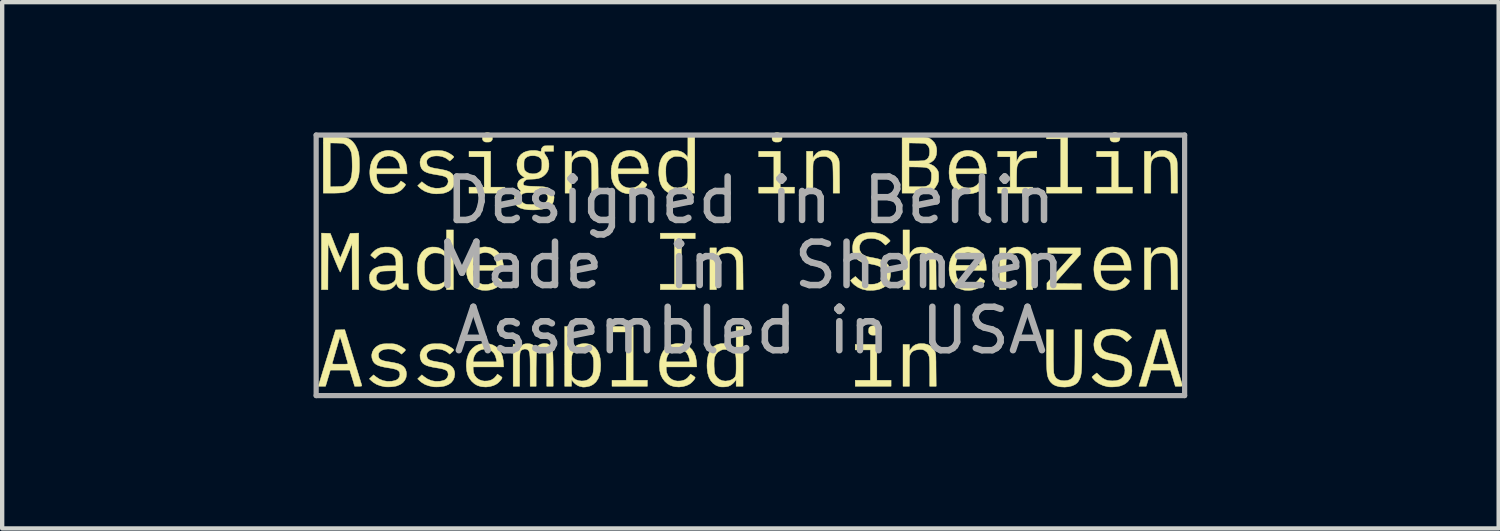
<source format=kicad_pcb>
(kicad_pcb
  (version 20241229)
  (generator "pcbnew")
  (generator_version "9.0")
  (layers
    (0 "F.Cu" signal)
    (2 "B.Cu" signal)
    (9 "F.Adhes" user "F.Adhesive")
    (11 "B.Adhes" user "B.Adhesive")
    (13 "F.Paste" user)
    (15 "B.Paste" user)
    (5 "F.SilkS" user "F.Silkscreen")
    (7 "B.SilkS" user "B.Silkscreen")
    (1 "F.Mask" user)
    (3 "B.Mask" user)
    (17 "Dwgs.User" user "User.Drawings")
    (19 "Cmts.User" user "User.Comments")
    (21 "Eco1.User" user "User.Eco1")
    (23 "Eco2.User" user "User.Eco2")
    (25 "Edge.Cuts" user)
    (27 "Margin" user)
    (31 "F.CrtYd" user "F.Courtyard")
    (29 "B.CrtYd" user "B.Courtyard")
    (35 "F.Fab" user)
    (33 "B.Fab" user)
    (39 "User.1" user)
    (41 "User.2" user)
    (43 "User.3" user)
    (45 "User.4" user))
  (footprint "designedMadeAssembled"
    (layer "F.Cu")
    (at 14.231 3.06)
    (property "Reference" "designedMadeAssembled" (at 0 0 0) (layer "Eco2.User") (effects (font (size 1.524 1.524) (thickness 0.3))))
    (attr through_hole)
    (fp_poly (pts (xy -5.982 -1.8) (xy -5.654 -1.8) (xy -5.654 -1.662) (xy -6.48 -1.662) (xy -6.48 -1.8) (xy -6.13 -1.8) (xy -6.13 -2.499) (xy -6.48 -2.499) (xy -6.48 -2.626) (xy -5.982 -2.626) (xy -5.982 -1.8)) (stroke (width 0.01) (type solid)) (fill yes) (layer "F.SilkS"))
    (fp_poly (pts (xy -2.7 2.647) (xy -2.372 2.647) (xy -2.372 2.785) (xy -3.187 2.785) (xy -3.187 2.647) (xy -2.859 2.647) (xy -2.859 1.535) (xy -3.187 1.535) (xy -3.187 1.408) (xy -2.7 1.408) (xy -2.7 2.647)) (stroke (width 0.01) (type solid)) (fill yes) (layer "F.SilkS"))
    (fp_poly (pts (xy 0.688 -1.8) (xy 1.016 -1.8) (xy 1.016 -1.662) (xy 0.191 -1.662) (xy 0.191 -1.8) (xy 0.54 -1.8) (xy 0.54 -2.499) (xy 0.191 -2.499) (xy 0.191 -2.626) (xy 0.688 -2.626) (xy 0.688 -1.8)) (stroke (width 0.01) (type solid)) (fill yes) (layer "F.SilkS"))
    (fp_poly (pts (xy 2.912 2.647) (xy 3.24 2.647) (xy 3.24 2.785) (xy 2.414 2.785) (xy 2.414 2.647) (xy 2.763 2.647) (xy 2.763 1.948) (xy 2.414 1.948) (xy 2.414 1.821) (xy 2.912 1.821) (xy 2.912 2.647)) (stroke (width 0.01) (type solid)) (fill yes) (layer "F.SilkS"))
    (fp_poly (pts (xy 7.306 -1.8) (xy 7.634 -1.8) (xy 7.634 -1.662) (xy 6.819 -1.662) (xy 6.819 -1.8) (xy 7.147 -1.8) (xy 7.147 -2.912) (xy 6.819 -2.912) (xy 6.819 -3.039) (xy 7.306 -3.039) (xy 7.306 -1.8)) (stroke (width 0.01) (type solid)) (fill yes) (layer "F.SilkS"))
    (fp_poly (pts (xy 8.47 -1.8) (xy 8.798 -1.8) (xy 8.798 -1.662) (xy 7.973 -1.662) (xy 7.973 -1.8) (xy 8.322 -1.8) (xy 8.322 -2.499) (xy 7.973 -2.499) (xy 7.973 -2.626) (xy 8.47 -2.626) (xy 8.47 -1.8)) (stroke (width 0.01) (type solid)) (fill yes) (layer "F.SilkS"))
    (fp_poly (pts (xy -1.271 -0.614) (xy -1.588 -0.614) (xy -1.588 0.434) (xy -1.271 0.434) (xy -1.271 0.561) (xy -2.075 0.561) (xy -2.075 0.434) (xy -1.747 0.434) (xy -1.747 -0.614) (xy -2.075 -0.614) (xy -2.075 -0.741) (xy -1.271 -0.741) (xy -1.271 -0.614)) (stroke (width 0.01) (type solid)) (fill yes) (layer "F.SilkS"))
    (fp_poly (pts (xy 7.602 -0.326) (xy 7.601 -0.249) (xy 7.005 0.418) (xy 7.314 0.421) (xy 7.623 0.424) (xy 7.623 0.561) (xy 6.829 0.561) (xy 6.829 0.484) (xy 6.829 0.408) (xy 7.131 0.069) (xy 7.433 -0.27) (xy 7.142 -0.273) (xy 6.85 -0.276) (xy 6.85 -0.402) (xy 7.602 -0.402) (xy 7.602 -0.326)) (stroke (width 0.01) (type solid)) (fill yes) (layer "F.SilkS"))
    (fp_poly (pts (xy -6.004 -3.047) (xy -5.975 -3.032) (xy -5.957 -3.016) (xy -5.947 -2.996) (xy -5.943 -2.966) (xy -5.942 -2.95) (xy -5.941 -2.914) (xy -5.946 -2.89) (xy -5.958 -2.872) (xy -5.965 -2.864) (xy -5.984 -2.849) (xy -6.006 -2.841) (xy -6.038 -2.838) (xy -6.056 -2.838) (xy -6.095 -2.839) (xy -6.12 -2.845) (xy -6.139 -2.857) (xy -6.147 -2.864) (xy -6.163 -2.883) (xy -6.17 -2.903) (xy -6.171 -2.933) (xy -6.171 -2.95) (xy -6.167 -2.987) (xy -6.16 -3.01) (xy -6.145 -3.026) (xy -6.137 -3.032) (xy -6.098 -3.05) (xy -6.051 -3.055) (xy -6.004 -3.047)) (stroke (width 0.01) (type solid)) (fill yes) (layer "F.SilkS"))
    (fp_poly (pts (xy 0.666 -3.047) (xy 0.695 -3.032) (xy 0.713 -3.016) (xy 0.723 -2.996) (xy 0.727 -2.966) (xy 0.728 -2.95) (xy 0.729 -2.914) (xy 0.724 -2.89) (xy 0.713 -2.872) (xy 0.705 -2.864) (xy 0.686 -2.849) (xy 0.665 -2.841) (xy 0.632 -2.838) (xy 0.614 -2.838) (xy 0.575 -2.839) (xy 0.55 -2.845) (xy 0.531 -2.857) (xy 0.523 -2.864) (xy 0.508 -2.883) (xy 0.5 -2.903) (xy 0.499 -2.933) (xy 0.5 -2.95) (xy 0.503 -2.987) (xy 0.511 -3.01) (xy 0.525 -3.026) (xy 0.533 -3.032) (xy 0.572 -3.05) (xy 0.62 -3.055) (xy 0.666 -3.047)) (stroke (width 0.01) (type solid)) (fill yes) (layer "F.SilkS"))
    (fp_poly (pts (xy 2.886 1.398) (xy 2.919 1.415) (xy 2.937 1.431) (xy 2.946 1.451) (xy 2.951 1.481) (xy 2.952 1.497) (xy 2.952 1.533) (xy 2.948 1.557) (xy 2.936 1.575) (xy 2.929 1.583) (xy 2.91 1.598) (xy 2.888 1.606) (xy 2.856 1.609) (xy 2.838 1.609) (xy 2.799 1.608) (xy 2.773 1.602) (xy 2.754 1.59) (xy 2.747 1.583) (xy 2.731 1.564) (xy 2.724 1.544) (xy 2.722 1.514) (xy 2.723 1.497) (xy 2.727 1.46) (xy 2.734 1.437) (xy 2.749 1.421) (xy 2.756 1.415) (xy 2.793 1.397) (xy 2.838 1.392) (xy 2.886 1.398)) (stroke (width 0.01) (type solid)) (fill yes) (layer "F.SilkS"))
    (fp_poly (pts (xy 8.448 -3.047) (xy 8.477 -3.032) (xy 8.495 -3.016) (xy 8.505 -2.996) (xy 8.509 -2.966) (xy 8.51 -2.95) (xy 8.511 -2.914) (xy 8.506 -2.89) (xy 8.495 -2.872) (xy 8.487 -2.864) (xy 8.468 -2.849) (xy 8.446 -2.841) (xy 8.414 -2.838) (xy 8.396 -2.838) (xy 8.357 -2.839) (xy 8.332 -2.845) (xy 8.313 -2.857) (xy 8.305 -2.864) (xy 8.29 -2.883) (xy 8.282 -2.903) (xy 8.281 -2.933) (xy 8.282 -2.95) (xy 8.285 -2.987) (xy 8.293 -3.01) (xy 8.307 -3.026) (xy 8.315 -3.032) (xy 8.354 -3.05) (xy 8.402 -3.055) (xy 8.448 -3.047)) (stroke (width 0.01) (type solid)) (fill yes) (layer "F.SilkS"))
    (fp_poly (pts (xy 6.596 -2.48) (xy 6.466 -2.476) (xy 6.409 -2.473) (xy 6.367 -2.47) (xy 6.336 -2.465) (xy 6.309 -2.457) (xy 6.281 -2.445) (xy 6.274 -2.442) (xy 6.214 -2.402) (xy 6.17 -2.35) (xy 6.144 -2.285) (xy 6.142 -2.275) (xy 6.138 -2.248) (xy 6.135 -2.204) (xy 6.133 -2.148) (xy 6.131 -2.083) (xy 6.13 -2.014) (xy 6.13 -2.011) (xy 6.13 -1.8) (xy 6.501 -1.8) (xy 6.501 -1.662) (xy 5.696 -1.662) (xy 5.696 -1.8) (xy 5.982 -1.8) (xy 5.982 -2.499) (xy 5.696 -2.499) (xy 5.696 -2.626) (xy 6.13 -2.626) (xy 6.131 -2.507) (xy 6.131 -2.388) (xy 6.163 -2.453) (xy 6.197 -2.511) (xy 6.239 -2.555) (xy 6.295 -2.592) (xy 6.304 -2.597) (xy 6.328 -2.607) (xy 6.355 -2.615) (xy 6.392 -2.619) (xy 6.442 -2.623) (xy 6.472 -2.624) (xy 6.596 -2.628) (xy 6.596 -2.48)) (stroke (width 0.01) (type solid)) (fill yes) (layer "F.SilkS"))
    (fp_poly (pts (xy -9.021 0.561) (xy -9.169 0.561) (xy -9.172 0.029) (xy -9.174 -0.503) (xy -9.305 -0.18) (xy -9.337 -0.102) (xy -9.367 -0.03) (xy -9.393 0.034) (xy -9.414 0.087) (xy -9.431 0.127) (xy -9.441 0.151) (xy -9.444 0.157) (xy -9.449 0.151) (xy -9.462 0.127) (xy -9.481 0.087) (xy -9.505 0.033) (xy -9.533 -0.034) (xy -9.566 -0.112) (xy -9.588 -0.166) (xy -9.725 -0.503) (xy -9.728 0.029) (xy -9.73 0.561) (xy -9.878 0.561) (xy -9.878 -0.742) (xy -9.776 -0.739) (xy -9.674 -0.736) (xy -9.562 -0.451) (xy -9.526 -0.362) (xy -9.497 -0.291) (xy -9.475 -0.238) (xy -9.458 -0.203) (xy -9.447 -0.185) (xy -9.441 -0.182) (xy -9.441 -0.182) (xy -9.434 -0.196) (xy -9.421 -0.226) (xy -9.403 -0.271) (xy -9.38 -0.327) (xy -9.353 -0.392) (xy -9.325 -0.463) (xy -9.323 -0.466) (xy -9.216 -0.736) (xy -9.118 -0.739) (xy -9.021 -0.742) (xy -9.021 0.561)) (stroke (width 0.01) (type solid)) (fill yes) (layer "F.SilkS"))
    (fp_poly (pts (xy -3.775 -2.641) (xy -3.696 -2.62) (xy -3.629 -2.583) (xy -3.574 -2.529) (xy -3.535 -2.465) (xy -3.528 -2.449) (xy -3.523 -2.434) (xy -3.519 -2.418) (xy -3.515 -2.397) (xy -3.513 -2.369) (xy -3.511 -2.332) (xy -3.51 -2.284) (xy -3.508 -2.222) (xy -3.508 -2.144) (xy -3.507 -2.047) (xy -3.507 -2.035) (xy -3.503 -1.662) (xy -3.653 -1.662) (xy -3.653 -1.974) (xy -3.653 -2.065) (xy -3.654 -2.147) (xy -3.656 -2.219) (xy -3.659 -2.277) (xy -3.661 -2.318) (xy -3.664 -2.339) (xy -3.686 -2.403) (xy -3.721 -2.452) (xy -3.769 -2.486) (xy -3.798 -2.499) (xy -3.826 -2.506) (xy -3.861 -2.508) (xy -3.897 -2.507) (xy -3.97 -2.497) (xy -4.026 -2.476) (xy -4.069 -2.443) (xy -4.095 -2.404) (xy -4.101 -2.39) (xy -4.107 -2.377) (xy -4.111 -2.361) (xy -4.114 -2.339) (xy -4.116 -2.311) (xy -4.117 -2.273) (xy -4.118 -2.222) (xy -4.118 -2.157) (xy -4.119 -2.075) (xy -4.119 -2.009) (xy -4.119 -1.662) (xy -4.267 -1.662) (xy -4.267 -2.626) (xy -4.119 -2.626) (xy -4.119 -2.473) (xy -4.082 -2.527) (xy -4.038 -2.58) (xy -3.986 -2.616) (xy -3.924 -2.637) (xy -3.865 -2.645) (xy -3.775 -2.641)) (stroke (width 0.01) (type solid)) (fill yes) (layer "F.SilkS"))
    (fp_poly (pts (xy -0.44 -0.418) (xy -0.361 -0.397) (xy -0.293 -0.359) (xy -0.239 -0.306) (xy -0.2 -0.241) (xy -0.193 -0.226) (xy -0.188 -0.211) (xy -0.184 -0.194) (xy -0.18 -0.173) (xy -0.178 -0.145) (xy -0.176 -0.109) (xy -0.174 -0.06) (xy -0.173 0.002) (xy -0.172 0.08) (xy -0.172 0.177) (xy -0.171 0.188) (xy -0.168 0.561) (xy -0.318 0.561) (xy -0.318 0.249) (xy -0.318 0.159) (xy -0.319 0.076) (xy -0.321 0.005) (xy -0.323 -0.053) (xy -0.326 -0.095) (xy -0.329 -0.116) (xy -0.351 -0.18) (xy -0.386 -0.228) (xy -0.434 -0.263) (xy -0.463 -0.276) (xy -0.491 -0.283) (xy -0.526 -0.284) (xy -0.562 -0.283) (xy -0.635 -0.274) (xy -0.691 -0.253) (xy -0.734 -0.219) (xy -0.76 -0.18) (xy -0.766 -0.167) (xy -0.771 -0.153) (xy -0.775 -0.137) (xy -0.778 -0.116) (xy -0.781 -0.088) (xy -0.782 -0.049) (xy -0.783 0.001) (xy -0.783 0.066) (xy -0.783 0.149) (xy -0.783 0.214) (xy -0.783 0.561) (xy -0.932 0.561) (xy -0.932 -0.402) (xy -0.783 -0.402) (xy -0.783 -0.249) (xy -0.746 -0.304) (xy -0.702 -0.357) (xy -0.651 -0.393) (xy -0.589 -0.414) (xy -0.53 -0.421) (xy -0.44 -0.418)) (stroke (width 0.01) (type solid)) (fill yes) (layer "F.SilkS"))
    (fp_poly (pts (xy 1.783 -2.641) (xy 1.862 -2.62) (xy 1.93 -2.583) (xy 1.985 -2.529) (xy 2.023 -2.465) (xy 2.03 -2.449) (xy 2.036 -2.434) (xy 2.04 -2.418) (xy 2.043 -2.397) (xy 2.046 -2.369) (xy 2.048 -2.332) (xy 2.049 -2.284) (xy 2.05 -2.222) (xy 2.051 -2.144) (xy 2.052 -2.047) (xy 2.052 -2.035) (xy 2.055 -1.662) (xy 1.906 -1.662) (xy 1.906 -1.974) (xy 1.905 -2.065) (xy 1.904 -2.147) (xy 1.902 -2.219) (xy 1.9 -2.277) (xy 1.897 -2.318) (xy 1.894 -2.339) (xy 1.873 -2.403) (xy 1.838 -2.452) (xy 1.789 -2.486) (xy 1.76 -2.499) (xy 1.732 -2.506) (xy 1.697 -2.508) (xy 1.662 -2.507) (xy 1.589 -2.497) (xy 1.532 -2.476) (xy 1.49 -2.443) (xy 1.464 -2.404) (xy 1.457 -2.39) (xy 1.452 -2.377) (xy 1.448 -2.361) (xy 1.445 -2.339) (xy 1.443 -2.311) (xy 1.441 -2.273) (xy 1.441 -2.222) (xy 1.44 -2.157) (xy 1.44 -2.075) (xy 1.44 -2.009) (xy 1.44 -1.662) (xy 1.292 -1.662) (xy 1.292 -2.626) (xy 1.44 -2.626) (xy 1.44 -2.473) (xy 1.477 -2.527) (xy 1.521 -2.58) (xy 1.572 -2.616) (xy 1.634 -2.637) (xy 1.694 -2.645) (xy 1.783 -2.641)) (stroke (width 0.01) (type solid)) (fill yes) (layer "F.SilkS"))
    (fp_poly (pts (xy 3.663 -0.249) (xy 3.7 -0.304) (xy 3.744 -0.357) (xy 3.796 -0.393) (xy 3.858 -0.414) (xy 3.917 -0.421) (xy 4.007 -0.418) (xy 4.086 -0.397) (xy 4.153 -0.359) (xy 4.208 -0.306) (xy 4.247 -0.241) (xy 4.254 -0.226) (xy 4.259 -0.211) (xy 4.263 -0.194) (xy 4.267 -0.173) (xy 4.269 -0.145) (xy 4.271 -0.109) (xy 4.272 -0.06) (xy 4.274 0.002) (xy 4.274 0.08) (xy 4.275 0.177) (xy 4.275 0.188) (xy 4.279 0.561) (xy 4.129 0.561) (xy 4.129 0.249) (xy 4.129 0.159) (xy 4.128 0.076) (xy 4.126 0.005) (xy 4.123 -0.053) (xy 4.121 -0.095) (xy 4.118 -0.116) (xy 4.096 -0.18) (xy 4.061 -0.228) (xy 4.013 -0.263) (xy 3.984 -0.276) (xy 3.956 -0.283) (xy 3.921 -0.284) (xy 3.885 -0.283) (xy 3.812 -0.274) (xy 3.756 -0.253) (xy 3.713 -0.219) (xy 3.687 -0.18) (xy 3.681 -0.167) (xy 3.675 -0.153) (xy 3.671 -0.137) (xy 3.668 -0.116) (xy 3.666 -0.088) (xy 3.665 -0.049) (xy 3.664 0.001) (xy 3.664 0.066) (xy 3.663 0.149) (xy 3.663 0.214) (xy 3.663 0.561) (xy 3.515 0.561) (xy 3.515 -0.815) (xy 3.663 -0.815) (xy 3.663 -0.249)) (stroke (width 0.01) (type solid)) (fill yes) (layer "F.SilkS"))
    (fp_poly (pts (xy 4.007 1.806) (xy 4.086 1.826) (xy 4.153 1.864) (xy 4.208 1.918) (xy 4.247 1.982) (xy 4.254 1.998) (xy 4.259 2.012) (xy 4.263 2.029) (xy 4.267 2.05) (xy 4.269 2.078) (xy 4.271 2.115) (xy 4.272 2.163) (xy 4.274 2.225) (xy 4.274 2.303) (xy 4.275 2.4) (xy 4.275 2.411) (xy 4.279 2.785) (xy 4.129 2.785) (xy 4.129 2.473) (xy 4.129 2.382) (xy 4.128 2.3) (xy 4.126 2.228) (xy 4.123 2.17) (xy 4.121 2.128) (xy 4.118 2.108) (xy 4.096 2.044) (xy 4.061 1.995) (xy 4.013 1.961) (xy 3.984 1.947) (xy 3.956 1.941) (xy 3.921 1.939) (xy 3.885 1.94) (xy 3.812 1.95) (xy 3.756 1.971) (xy 3.713 2.004) (xy 3.687 2.043) (xy 3.681 2.057) (xy 3.675 2.07) (xy 3.671 2.086) (xy 3.668 2.107) (xy 3.666 2.136) (xy 3.665 2.174) (xy 3.664 2.225) (xy 3.664 2.29) (xy 3.663 2.372) (xy 3.663 2.437) (xy 3.663 2.785) (xy 3.515 2.785) (xy 3.515 1.821) (xy 3.663 1.821) (xy 3.663 1.974) (xy 3.7 1.919) (xy 3.744 1.866) (xy 3.796 1.831) (xy 3.858 1.81) (xy 3.917 1.802) (xy 4.007 1.806)) (stroke (width 0.01) (type solid)) (fill yes) (layer "F.SilkS"))
    (fp_poly (pts (xy 6.23 -0.418) (xy 6.309 -0.397) (xy 6.377 -0.359) (xy 6.432 -0.306) (xy 6.47 -0.241) (xy 6.477 -0.226) (xy 6.482 -0.211) (xy 6.487 -0.194) (xy 6.49 -0.173) (xy 6.493 -0.145) (xy 6.494 -0.109) (xy 6.496 -0.06) (xy 6.497 0.002) (xy 6.498 0.08) (xy 6.499 0.177) (xy 6.499 0.188) (xy 6.502 0.561) (xy 6.353 0.561) (xy 6.353 0.249) (xy 6.352 0.159) (xy 6.351 0.076) (xy 6.349 0.005) (xy 6.347 -0.053) (xy 6.344 -0.095) (xy 6.341 -0.116) (xy 6.32 -0.18) (xy 6.284 -0.228) (xy 6.236 -0.263) (xy 6.207 -0.276) (xy 6.179 -0.283) (xy 6.144 -0.284) (xy 6.108 -0.283) (xy 6.035 -0.274) (xy 5.979 -0.253) (xy 5.937 -0.219) (xy 5.911 -0.18) (xy 5.904 -0.167) (xy 5.899 -0.153) (xy 5.895 -0.137) (xy 5.892 -0.116) (xy 5.89 -0.088) (xy 5.888 -0.049) (xy 5.887 0.001) (xy 5.887 0.066) (xy 5.887 0.149) (xy 5.887 0.214) (xy 5.887 0.561) (xy 5.739 0.561) (xy 5.739 -0.402) (xy 5.887 -0.402) (xy 5.887 -0.249) (xy 5.924 -0.304) (xy 5.968 -0.357) (xy 6.019 -0.393) (xy 6.081 -0.414) (xy 6.141 -0.421) (xy 6.23 -0.418)) (stroke (width 0.01) (type solid)) (fill yes) (layer "F.SilkS"))
    (fp_poly (pts (xy 9.565 -2.641) (xy 9.644 -2.62) (xy 9.712 -2.583) (xy 9.767 -2.529) (xy 9.805 -2.465) (xy 9.812 -2.449) (xy 9.818 -2.434) (xy 9.822 -2.418) (xy 9.825 -2.397) (xy 9.828 -2.369) (xy 9.83 -2.332) (xy 9.831 -2.284) (xy 9.832 -2.222) (xy 9.833 -2.144) (xy 9.834 -2.047) (xy 9.834 -2.035) (xy 9.837 -1.662) (xy 9.688 -1.662) (xy 9.688 -1.974) (xy 9.687 -2.065) (xy 9.686 -2.147) (xy 9.684 -2.219) (xy 9.682 -2.277) (xy 9.679 -2.318) (xy 9.676 -2.339) (xy 9.655 -2.403) (xy 9.62 -2.452) (xy 9.571 -2.486) (xy 9.542 -2.499) (xy 9.514 -2.506) (xy 9.479 -2.508) (xy 9.444 -2.507) (xy 9.371 -2.497) (xy 9.314 -2.476) (xy 9.272 -2.443) (xy 9.246 -2.404) (xy 9.239 -2.39) (xy 9.234 -2.377) (xy 9.23 -2.361) (xy 9.227 -2.339) (xy 9.225 -2.311) (xy 9.223 -2.273) (xy 9.223 -2.222) (xy 9.222 -2.157) (xy 9.222 -2.075) (xy 9.222 -2.009) (xy 9.222 -1.662) (xy 9.074 -1.662) (xy 9.074 -2.626) (xy 9.222 -2.626) (xy 9.222 -2.473) (xy 9.259 -2.527) (xy 9.303 -2.58) (xy 9.354 -2.616) (xy 9.416 -2.637) (xy 9.476 -2.645) (xy 9.565 -2.641)) (stroke (width 0.01) (type solid)) (fill yes) (layer "F.SilkS"))
    (fp_poly (pts (xy 9.565 -0.418) (xy 9.644 -0.397) (xy 9.712 -0.359) (xy 9.767 -0.306) (xy 9.805 -0.241) (xy 9.812 -0.226) (xy 9.818 -0.211) (xy 9.822 -0.194) (xy 9.825 -0.173) (xy 9.828 -0.145) (xy 9.83 -0.109) (xy 9.831 -0.06) (xy 9.832 0.002) (xy 9.833 0.08) (xy 9.834 0.177) (xy 9.834 0.188) (xy 9.837 0.561) (xy 9.688 0.561) (xy 9.688 0.249) (xy 9.687 0.159) (xy 9.686 0.076) (xy 9.684 0.005) (xy 9.682 -0.053) (xy 9.679 -0.095) (xy 9.676 -0.116) (xy 9.655 -0.18) (xy 9.62 -0.228) (xy 9.571 -0.263) (xy 9.542 -0.276) (xy 9.514 -0.283) (xy 9.479 -0.284) (xy 9.444 -0.283) (xy 9.371 -0.274) (xy 9.314 -0.253) (xy 9.272 -0.219) (xy 9.246 -0.18) (xy 9.239 -0.167) (xy 9.234 -0.153) (xy 9.23 -0.137) (xy 9.227 -0.116) (xy 9.225 -0.088) (xy 9.223 -0.049) (xy 9.223 0.001) (xy 9.222 0.066) (xy 9.222 0.149) (xy 9.222 0.214) (xy 9.222 0.561) (xy 9.074 0.561) (xy 9.074 -0.402) (xy 9.222 -0.402) (xy 9.222 -0.249) (xy 9.259 -0.304) (xy 9.303 -0.357) (xy 9.354 -0.393) (xy 9.416 -0.414) (xy 9.476 -0.421) (xy 9.565 -0.418)) (stroke (width 0.01) (type solid)) (fill yes) (layer "F.SilkS"))
    (fp_poly (pts (xy 6.977 1.958) (xy 6.978 2.084) (xy 6.978 2.194) (xy 6.98 2.289) (xy 6.981 2.368) (xy 6.984 2.428) (xy 6.986 2.469) (xy 6.989 2.487) (xy 7.01 2.551) (xy 7.044 2.6) (xy 7.091 2.633) (xy 7.153 2.652) (xy 7.226 2.658) (xy 7.303 2.651) (xy 7.364 2.631) (xy 7.411 2.597) (xy 7.444 2.548) (xy 7.464 2.487) (xy 7.467 2.462) (xy 7.469 2.417) (xy 7.471 2.353) (xy 7.473 2.271) (xy 7.474 2.173) (xy 7.475 2.059) (xy 7.475 1.958) (xy 7.475 1.482) (xy 7.634 1.482) (xy 7.633 1.945) (xy 7.633 2.072) (xy 7.632 2.18) (xy 7.631 2.27) (xy 7.629 2.345) (xy 7.626 2.408) (xy 7.622 2.46) (xy 7.616 2.502) (xy 7.609 2.539) (xy 7.601 2.57) (xy 7.591 2.599) (xy 7.581 2.622) (xy 7.562 2.658) (xy 7.54 2.692) (xy 7.53 2.704) (xy 7.477 2.745) (xy 7.409 2.776) (xy 7.328 2.796) (xy 7.239 2.804) (xy 7.144 2.799) (xy 7.107 2.794) (xy 7.026 2.771) (xy 6.958 2.733) (xy 6.905 2.68) (xy 6.871 2.622) (xy 6.859 2.593) (xy 6.849 2.564) (xy 6.841 2.532) (xy 6.835 2.495) (xy 6.83 2.45) (xy 6.826 2.396) (xy 6.823 2.332) (xy 6.821 2.253) (xy 6.82 2.16) (xy 6.819 2.049) (xy 6.819 1.945) (xy 6.819 1.482) (xy 6.977 1.482) (xy 6.977 1.958)) (stroke (width 0.01) (type solid)) (fill yes) (layer "F.SilkS"))
    (fp_poly (pts (xy -8.236 -2.638) (xy -8.15 -2.61) (xy -8.076 -2.566) (xy -8.015 -2.506) (xy -7.966 -2.431) (xy -7.932 -2.343) (xy -7.914 -2.241) (xy -7.912 -2.21) (xy -7.906 -2.107) (xy -8.608 -2.107) (xy -8.608 -2.055) (xy -8.598 -1.978) (xy -8.571 -1.91) (xy -8.528 -1.855) (xy -8.471 -1.814) (xy -8.401 -1.788) (xy -8.349 -1.781) (xy -8.264 -1.784) (xy -8.19 -1.806) (xy -8.127 -1.846) (xy -8.075 -1.903) (xy -8.066 -1.916) (xy -8.05 -1.942) (xy -7.995 -1.907) (xy -7.967 -1.887) (xy -7.947 -1.869) (xy -7.941 -1.86) (xy -7.949 -1.839) (xy -7.969 -1.81) (xy -7.997 -1.777) (xy -8.028 -1.745) (xy -8.059 -1.72) (xy -8.064 -1.717) (xy -8.138 -1.679) (xy -8.223 -1.655) (xy -8.314 -1.645) (xy -8.405 -1.651) (xy -8.437 -1.657) (xy -8.511 -1.68) (xy -8.574 -1.716) (xy -8.634 -1.769) (xy -8.643 -1.778) (xy -8.696 -1.847) (xy -8.734 -1.926) (xy -8.757 -2.016) (xy -8.765 -2.12) (xy -8.764 -2.184) (xy -8.759 -2.223) (xy -8.611 -2.223) (xy -8.065 -2.223) (xy -8.073 -2.274) (xy -8.093 -2.353) (xy -8.128 -2.418) (xy -8.175 -2.468) (xy -8.234 -2.502) (xy -8.303 -2.518) (xy -8.356 -2.518) (xy -8.429 -2.502) (xy -8.493 -2.468) (xy -8.545 -2.419) (xy -8.583 -2.357) (xy -8.603 -2.285) (xy -8.605 -2.276) (xy -8.611 -2.223) (xy -8.759 -2.223) (xy -8.75 -2.292) (xy -8.722 -2.388) (xy -8.678 -2.47) (xy -8.621 -2.538) (xy -8.552 -2.591) (xy -8.471 -2.626) (xy -8.38 -2.645) (xy -8.332 -2.647) (xy -8.236 -2.638)) (stroke (width 0.01) (type solid)) (fill yes) (layer "F.SilkS"))
    (fp_poly (pts (xy -6.012 -0.414) (xy -5.927 -0.387) (xy -5.853 -0.343) (xy -5.791 -0.283) (xy -5.743 -0.208) (xy -5.709 -0.119) (xy -5.69 -0.018) (xy -5.688 0.013) (xy -5.683 0.116) (xy -6.384 0.116) (xy -6.384 0.168) (xy -6.375 0.246) (xy -6.348 0.313) (xy -6.305 0.368) (xy -6.248 0.409) (xy -6.177 0.435) (xy -6.125 0.442) (xy -6.041 0.439) (xy -5.967 0.417) (xy -5.903 0.378) (xy -5.851 0.32) (xy -5.843 0.308) (xy -5.827 0.282) (xy -5.772 0.317) (xy -5.743 0.337) (xy -5.724 0.354) (xy -5.718 0.364) (xy -5.725 0.384) (xy -5.745 0.414) (xy -5.773 0.446) (xy -5.805 0.478) (xy -5.836 0.503) (xy -5.84 0.507) (xy -5.914 0.544) (xy -6 0.569) (xy -6.091 0.578) (xy -6.181 0.573) (xy -6.213 0.567) (xy -6.287 0.543) (xy -6.351 0.507) (xy -6.411 0.455) (xy -6.42 0.445) (xy -6.473 0.376) (xy -6.511 0.297) (xy -6.533 0.207) (xy -6.542 0.103) (xy -6.541 0.04) (xy -6.536 0) (xy -6.387 0) (xy -5.842 0) (xy -5.849 -0.05) (xy -5.87 -0.13) (xy -5.904 -0.195) (xy -5.952 -0.245) (xy -6.011 -0.279) (xy -6.08 -0.294) (xy -6.133 -0.294) (xy -6.206 -0.278) (xy -6.27 -0.244) (xy -6.322 -0.196) (xy -6.359 -0.134) (xy -6.38 -0.061) (xy -6.381 -0.052) (xy -6.387 0) (xy -6.536 0) (xy -6.527 -0.069) (xy -6.498 -0.165) (xy -6.455 -0.247) (xy -6.398 -0.315) (xy -6.329 -0.367) (xy -6.248 -0.403) (xy -6.156 -0.421) (xy -6.108 -0.424) (xy -6.012 -0.414)) (stroke (width 0.01) (type solid)) (fill yes) (layer "F.SilkS"))
    (fp_poly (pts (xy -6.012 1.809) (xy -5.927 1.836) (xy -5.853 1.881) (xy -5.791 1.941) (xy -5.743 2.015) (xy -5.709 2.104) (xy -5.69 2.206) (xy -5.688 2.237) (xy -5.683 2.34) (xy -6.384 2.34) (xy -6.384 2.391) (xy -6.375 2.469) (xy -6.348 2.537) (xy -6.305 2.592) (xy -6.248 2.633) (xy -6.177 2.658) (xy -6.125 2.666) (xy -6.041 2.662) (xy -5.967 2.641) (xy -5.903 2.601) (xy -5.851 2.544) (xy -5.843 2.531) (xy -5.827 2.505) (xy -5.772 2.54) (xy -5.743 2.56) (xy -5.724 2.578) (xy -5.718 2.587) (xy -5.725 2.608) (xy -5.745 2.637) (xy -5.773 2.67) (xy -5.805 2.702) (xy -5.836 2.727) (xy -5.84 2.73) (xy -5.914 2.768) (xy -6 2.792) (xy -6.091 2.802) (xy -6.181 2.796) (xy -6.213 2.79) (xy -6.287 2.767) (xy -6.351 2.731) (xy -6.411 2.678) (xy -6.42 2.669) (xy -6.473 2.599) (xy -6.511 2.521) (xy -6.533 2.43) (xy -6.542 2.327) (xy -6.541 2.263) (xy -6.536 2.223) (xy -6.387 2.223) (xy -5.842 2.223) (xy -5.849 2.173) (xy -5.87 2.094) (xy -5.904 2.028) (xy -5.952 1.978) (xy -6.011 1.945) (xy -6.08 1.929) (xy -6.133 1.929) (xy -6.206 1.945) (xy -6.27 1.979) (xy -6.322 2.028) (xy -6.359 2.09) (xy -6.38 2.162) (xy -6.381 2.171) (xy -6.387 2.223) (xy -6.536 2.223) (xy -6.527 2.155) (xy -6.498 2.059) (xy -6.455 1.976) (xy -6.398 1.909) (xy -6.329 1.856) (xy -6.248 1.82) (xy -6.156 1.802) (xy -6.108 1.8) (xy -6.012 1.809)) (stroke (width 0.01) (type solid)) (fill yes) (layer "F.SilkS"))
    (fp_poly (pts (xy -2.677 -2.638) (xy -2.592 -2.61) (xy -2.518 -2.566) (xy -2.456 -2.506) (xy -2.408 -2.431) (xy -2.374 -2.343) (xy -2.355 -2.241) (xy -2.353 -2.21) (xy -2.348 -2.107) (xy -3.049 -2.107) (xy -3.049 -2.055) (xy -3.04 -1.978) (xy -3.013 -1.91) (xy -2.97 -1.855) (xy -2.912 -1.814) (xy -2.842 -1.788) (xy -2.79 -1.781) (xy -2.705 -1.784) (xy -2.631 -1.806) (xy -2.568 -1.846) (xy -2.516 -1.903) (xy -2.508 -1.916) (xy -2.491 -1.942) (xy -2.437 -1.907) (xy -2.408 -1.887) (xy -2.388 -1.869) (xy -2.383 -1.86) (xy -2.39 -1.839) (xy -2.41 -1.81) (xy -2.438 -1.777) (xy -2.469 -1.745) (xy -2.5 -1.72) (xy -2.505 -1.717) (xy -2.579 -1.679) (xy -2.665 -1.655) (xy -2.755 -1.645) (xy -2.846 -1.651) (xy -2.878 -1.657) (xy -2.952 -1.68) (xy -3.016 -1.716) (xy -3.076 -1.769) (xy -3.085 -1.778) (xy -3.138 -1.847) (xy -3.175 -1.926) (xy -3.198 -2.016) (xy -3.207 -2.12) (xy -3.206 -2.184) (xy -3.201 -2.223) (xy -3.052 -2.223) (xy -2.507 -2.223) (xy -2.514 -2.274) (xy -2.535 -2.353) (xy -2.569 -2.418) (xy -2.617 -2.468) (xy -2.676 -2.502) (xy -2.745 -2.518) (xy -2.798 -2.518) (xy -2.871 -2.502) (xy -2.935 -2.468) (xy -2.987 -2.419) (xy -3.024 -2.357) (xy -3.045 -2.285) (xy -3.046 -2.276) (xy -3.052 -2.223) (xy -3.201 -2.223) (xy -3.192 -2.292) (xy -3.163 -2.388) (xy -3.12 -2.47) (xy -3.063 -2.538) (xy -2.993 -2.591) (xy -2.912 -2.626) (xy -2.821 -2.645) (xy -2.773 -2.647) (xy -2.677 -2.638)) (stroke (width 0.01) (type solid)) (fill yes) (layer "F.SilkS"))
    (fp_poly (pts (xy -1.565 1.809) (xy -1.48 1.836) (xy -1.406 1.881) (xy -1.344 1.941) (xy -1.296 2.015) (xy -1.262 2.104) (xy -1.244 2.206) (xy -1.241 2.237) (xy -1.236 2.34) (xy -1.938 2.34) (xy -1.938 2.391) (xy -1.928 2.469) (xy -1.901 2.537) (xy -1.858 2.592) (xy -1.801 2.633) (xy -1.731 2.658) (xy -1.678 2.666) (xy -1.594 2.662) (xy -1.52 2.641) (xy -1.457 2.601) (xy -1.405 2.544) (xy -1.396 2.531) (xy -1.38 2.505) (xy -1.325 2.54) (xy -1.296 2.56) (xy -1.277 2.578) (xy -1.271 2.587) (xy -1.279 2.608) (xy -1.298 2.637) (xy -1.326 2.67) (xy -1.358 2.702) (xy -1.389 2.727) (xy -1.393 2.73) (xy -1.467 2.768) (xy -1.553 2.792) (xy -1.644 2.802) (xy -1.734 2.796) (xy -1.766 2.79) (xy -1.84 2.767) (xy -1.904 2.731) (xy -1.964 2.678) (xy -1.973 2.669) (xy -2.026 2.599) (xy -2.064 2.521) (xy -2.086 2.43) (xy -2.095 2.327) (xy -2.094 2.263) (xy -2.089 2.223) (xy -1.941 2.223) (xy -1.395 2.223) (xy -1.403 2.173) (xy -1.423 2.094) (xy -1.458 2.028) (xy -1.505 1.978) (xy -1.564 1.945) (xy -1.633 1.929) (xy -1.686 1.929) (xy -1.759 1.945) (xy -1.823 1.979) (xy -1.875 2.028) (xy -1.912 2.09) (xy -1.933 2.162) (xy -1.934 2.171) (xy -1.941 2.223) (xy -2.089 2.223) (xy -2.08 2.155) (xy -2.051 2.059) (xy -2.008 1.976) (xy -1.951 1.909) (xy -1.882 1.856) (xy -1.801 1.82) (xy -1.709 1.802) (xy -1.661 1.8) (xy -1.565 1.809)) (stroke (width 0.01) (type solid)) (fill yes) (layer "F.SilkS"))
    (fp_poly (pts (xy 5.105 -2.638) (xy 5.19 -2.61) (xy 5.264 -2.566) (xy 5.326 -2.506) (xy 5.374 -2.431) (xy 5.408 -2.343) (xy 5.427 -2.241) (xy 5.429 -2.21) (xy 5.434 -2.107) (xy 4.733 -2.107) (xy 4.733 -2.055) (xy 4.742 -1.978) (xy 4.769 -1.91) (xy 4.812 -1.855) (xy 4.87 -1.814) (xy 4.94 -1.788) (xy 4.992 -1.781) (xy 5.077 -1.784) (xy 5.151 -1.806) (xy 5.214 -1.846) (xy 5.266 -1.903) (xy 5.274 -1.916) (xy 5.291 -1.942) (xy 5.345 -1.907) (xy 5.374 -1.887) (xy 5.394 -1.869) (xy 5.399 -1.86) (xy 5.392 -1.839) (xy 5.372 -1.81) (xy 5.344 -1.777) (xy 5.313 -1.745) (xy 5.282 -1.72) (xy 5.277 -1.717) (xy 5.203 -1.679) (xy 5.117 -1.655) (xy 5.027 -1.645) (xy 4.936 -1.651) (xy 4.904 -1.657) (xy 4.83 -1.68) (xy 4.766 -1.716) (xy 4.706 -1.769) (xy 4.697 -1.778) (xy 4.644 -1.847) (xy 4.607 -1.926) (xy 4.584 -2.016) (xy 4.575 -2.12) (xy 4.576 -2.184) (xy 4.581 -2.223) (xy 4.73 -2.223) (xy 5.275 -2.223) (xy 5.268 -2.274) (xy 5.247 -2.353) (xy 5.213 -2.418) (xy 5.165 -2.468) (xy 5.106 -2.502) (xy 5.037 -2.518) (xy 4.984 -2.518) (xy 4.911 -2.502) (xy 4.847 -2.468) (xy 4.795 -2.419) (xy 4.758 -2.357) (xy 4.737 -2.285) (xy 4.736 -2.276) (xy 4.73 -2.223) (xy 4.581 -2.223) (xy 4.59 -2.292) (xy 4.619 -2.388) (xy 4.662 -2.47) (xy 4.719 -2.538) (xy 4.789 -2.591) (xy 4.87 -2.626) (xy 4.961 -2.645) (xy 5.009 -2.647) (xy 5.105 -2.638)) (stroke (width 0.01) (type solid)) (fill yes) (layer "F.SilkS"))
    (fp_poly (pts (xy 5.105 -0.414) (xy 5.19 -0.387) (xy 5.264 -0.343) (xy 5.326 -0.283) (xy 5.374 -0.208) (xy 5.408 -0.119) (xy 5.427 -0.018) (xy 5.429 0.013) (xy 5.434 0.116) (xy 4.733 0.116) (xy 4.733 0.168) (xy 4.742 0.246) (xy 4.769 0.313) (xy 4.812 0.368) (xy 4.87 0.409) (xy 4.94 0.435) (xy 4.992 0.442) (xy 5.077 0.439) (xy 5.151 0.417) (xy 5.214 0.378) (xy 5.266 0.32) (xy 5.274 0.308) (xy 5.291 0.282) (xy 5.345 0.317) (xy 5.374 0.337) (xy 5.394 0.354) (xy 5.399 0.364) (xy 5.392 0.384) (xy 5.372 0.414) (xy 5.344 0.446) (xy 5.313 0.478) (xy 5.282 0.503) (xy 5.277 0.507) (xy 5.203 0.544) (xy 5.117 0.569) (xy 5.027 0.578) (xy 4.936 0.573) (xy 4.904 0.567) (xy 4.83 0.543) (xy 4.766 0.507) (xy 4.706 0.455) (xy 4.697 0.445) (xy 4.644 0.376) (xy 4.607 0.297) (xy 4.584 0.207) (xy 4.575 0.103) (xy 4.576 0.04) (xy 4.581 0) (xy 4.73 0) (xy 5.275 0) (xy 5.268 -0.05) (xy 5.247 -0.13) (xy 5.213 -0.195) (xy 5.165 -0.245) (xy 5.106 -0.279) (xy 5.037 -0.294) (xy 4.984 -0.294) (xy 4.911 -0.278) (xy 4.847 -0.244) (xy 4.795 -0.196) (xy 4.758 -0.134) (xy 4.737 -0.061) (xy 4.736 -0.052) (xy 4.73 0) (xy 4.581 0) (xy 4.59 -0.069) (xy 4.619 -0.165) (xy 4.662 -0.247) (xy 4.719 -0.315) (xy 4.789 -0.367) (xy 4.87 -0.403) (xy 4.961 -0.421) (xy 5.009 -0.424) (xy 5.105 -0.414)) (stroke (width 0.01) (type solid)) (fill yes) (layer "F.SilkS"))
    (fp_poly (pts (xy 8.44 -0.414) (xy 8.525 -0.387) (xy 8.6 -0.343) (xy 8.661 -0.283) (xy 8.709 -0.208) (xy 8.743 -0.119) (xy 8.762 -0.018) (xy 8.764 0.013) (xy 8.769 0.116) (xy 8.068 0.116) (xy 8.068 0.168) (xy 8.077 0.246) (xy 8.104 0.313) (xy 8.147 0.368) (xy 8.205 0.409) (xy 8.275 0.435) (xy 8.327 0.442) (xy 8.412 0.439) (xy 8.486 0.417) (xy 8.549 0.378) (xy 8.601 0.32) (xy 8.609 0.308) (xy 8.626 0.282) (xy 8.68 0.317) (xy 8.709 0.337) (xy 8.729 0.354) (xy 8.735 0.364) (xy 8.727 0.384) (xy 8.707 0.414) (xy 8.679 0.446) (xy 8.648 0.478) (xy 8.617 0.503) (xy 8.612 0.507) (xy 8.538 0.544) (xy 8.453 0.569) (xy 8.362 0.578) (xy 8.271 0.573) (xy 8.239 0.567) (xy 8.165 0.543) (xy 8.101 0.507) (xy 8.041 0.455) (xy 8.032 0.445) (xy 7.979 0.376) (xy 7.942 0.297) (xy 7.919 0.207) (xy 7.91 0.103) (xy 7.912 0.04) (xy 7.917 0) (xy 8.065 0) (xy 8.61 0) (xy 8.603 -0.05) (xy 8.582 -0.13) (xy 8.548 -0.195) (xy 8.5 -0.245) (xy 8.441 -0.279) (xy 8.372 -0.294) (xy 8.319 -0.294) (xy 8.246 -0.278) (xy 8.182 -0.244) (xy 8.131 -0.196) (xy 8.093 -0.134) (xy 8.072 -0.061) (xy 8.071 -0.052) (xy 8.065 0) (xy 7.917 0) (xy 7.925 -0.069) (xy 7.954 -0.165) (xy 7.998 -0.247) (xy 8.054 -0.315) (xy 8.124 -0.367) (xy 8.205 -0.403) (xy 8.296 -0.421) (xy 8.344 -0.424) (xy 8.44 -0.414)) (stroke (width 0.01) (type solid)) (fill yes) (layer "F.SilkS"))
    (fp_poly (pts (xy -9.632 -2.964) (xy -9.528 -2.963) (xy -9.442 -2.959) (xy -9.371 -2.951) (xy -9.312 -2.938) (xy -9.263 -2.921) (xy -9.22 -2.897) (xy -9.181 -2.867) (xy -9.155 -2.843) (xy -9.107 -2.782) (xy -9.065 -2.706) (xy -9.032 -2.618) (xy -9.024 -2.588) (xy -9.015 -2.54) (xy -9.009 -2.476) (xy -9.006 -2.401) (xy -9.004 -2.321) (xy -9.005 -2.241) (xy -9.008 -2.165) (xy -9.014 -2.098) (xy -9.022 -2.047) (xy -9.024 -2.039) (xy -9.053 -1.95) (xy -9.09 -1.871) (xy -9.135 -1.805) (xy -9.152 -1.786) (xy -9.191 -1.75) (xy -9.231 -1.722) (xy -9.277 -1.7) (xy -9.331 -1.684) (xy -9.396 -1.673) (xy -9.474 -1.666) (xy -9.569 -1.663) (xy -9.632 -1.662) (xy -9.836 -1.662) (xy -9.836 -1.809) (xy -9.677 -1.809) (xy -9.525 -1.812) (xy -9.466 -1.814) (xy -9.422 -1.816) (xy -9.392 -1.819) (xy -9.369 -1.824) (xy -9.349 -1.832) (xy -9.329 -1.843) (xy -9.322 -1.848) (xy -9.278 -1.88) (xy -9.243 -1.917) (xy -9.215 -1.962) (xy -9.195 -2.018) (xy -9.181 -2.086) (xy -9.173 -2.168) (xy -9.17 -2.268) (xy -9.171 -2.347) (xy -9.173 -2.422) (xy -9.175 -2.479) (xy -9.178 -2.523) (xy -9.182 -2.556) (xy -9.187 -2.583) (xy -9.194 -2.608) (xy -9.198 -2.619) (xy -9.229 -2.686) (xy -9.267 -2.737) (xy -9.316 -2.776) (xy -9.326 -2.782) (xy -9.347 -2.793) (xy -9.366 -2.802) (xy -9.389 -2.807) (xy -9.419 -2.811) (xy -9.461 -2.813) (xy -9.519 -2.815) (xy -9.526 -2.815) (xy -9.677 -2.818) (xy -9.677 -1.809) (xy -9.836 -1.809) (xy -9.836 -2.965) (xy -9.632 -2.964)) (stroke (width 0.01) (type solid)) (fill yes) (layer "F.SilkS"))
    (fp_poly (pts (xy -4.681 1.807) (xy -4.632 1.83) (xy -4.595 1.87) (xy -4.568 1.927) (xy -4.553 1.991) (xy -4.551 2.018) (xy -4.548 2.064) (xy -4.546 2.126) (xy -4.544 2.199) (xy -4.543 2.282) (xy -4.542 2.372) (xy -4.542 2.422) (xy -4.542 2.785) (xy -4.69 2.785) (xy -4.69 2.415) (xy -4.691 2.328) (xy -4.691 2.245) (xy -4.692 2.171) (xy -4.693 2.108) (xy -4.694 2.059) (xy -4.696 2.026) (xy -4.697 2.013) (xy -4.715 1.969) (xy -4.747 1.94) (xy -4.791 1.927) (xy -4.8 1.927) (xy -4.85 1.937) (xy -4.891 1.964) (xy -4.918 2.006) (xy -4.923 2.02) (xy -4.926 2.041) (xy -4.928 2.082) (xy -4.93 2.139) (xy -4.932 2.211) (xy -4.933 2.295) (xy -4.934 2.39) (xy -4.934 2.422) (xy -4.934 2.785) (xy -5.072 2.785) (xy -5.072 2.437) (xy -5.072 2.326) (xy -5.073 2.234) (xy -5.074 2.159) (xy -5.077 2.099) (xy -5.081 2.053) (xy -5.087 2.017) (xy -5.094 1.991) (xy -5.103 1.971) (xy -5.114 1.957) (xy -5.12 1.951) (xy -5.157 1.931) (xy -5.202 1.928) (xy -5.249 1.941) (xy -5.253 1.944) (xy -5.268 1.952) (xy -5.281 1.963) (xy -5.291 1.976) (xy -5.299 1.996) (xy -5.305 2.023) (xy -5.309 2.06) (xy -5.312 2.108) (xy -5.314 2.17) (xy -5.315 2.249) (xy -5.315 2.345) (xy -5.315 2.408) (xy -5.315 2.785) (xy -5.463 2.785) (xy -5.463 1.821) (xy -5.315 1.821) (xy -5.315 1.92) (xy -5.291 1.885) (xy -5.26 1.845) (xy -5.227 1.821) (xy -5.187 1.809) (xy -5.132 1.805) (xy -5.13 1.805) (xy -5.073 1.809) (xy -5.031 1.822) (xy -5 1.846) (xy -4.974 1.885) (xy -4.971 1.892) (xy -4.95 1.935) (xy -4.922 1.89) (xy -4.882 1.845) (xy -4.828 1.815) (xy -4.764 1.801) (xy -4.742 1.8) (xy -4.681 1.807)) (stroke (width 0.01) (type solid)) (fill yes) (layer "F.SilkS"))
    (fp_poly (pts (xy -9.148 2.115) (xy -9.114 2.226) (xy -9.081 2.332) (xy -9.051 2.431) (xy -9.024 2.52) (xy -9 2.598) (xy -8.98 2.664) (xy -8.964 2.715) (xy -8.954 2.749) (xy -8.949 2.765) (xy -8.949 2.766) (xy -8.949 2.775) (xy -8.956 2.781) (xy -8.976 2.784) (xy -9.012 2.785) (xy -9.029 2.785) (xy -9.114 2.785) (xy -9.137 2.708) (xy -9.15 2.663) (xy -9.167 2.607) (xy -9.185 2.549) (xy -9.193 2.523) (xy -9.226 2.414) (xy -9.674 2.414) (xy -9.697 2.496) (xy -9.712 2.545) (xy -9.729 2.603) (xy -9.747 2.662) (xy -9.752 2.681) (xy -9.784 2.785) (xy -9.951 2.785) (xy -9.936 2.734) (xy -9.93 2.715) (xy -9.919 2.678) (xy -9.902 2.624) (xy -9.881 2.556) (xy -9.857 2.475) (xy -9.829 2.384) (xy -9.798 2.285) (xy -9.792 2.264) (xy -9.631 2.264) (xy -9.627 2.269) (xy -9.614 2.273) (xy -9.591 2.275) (xy -9.554 2.276) (xy -9.5 2.276) (xy -9.45 2.276) (xy -9.383 2.276) (xy -9.334 2.276) (xy -9.301 2.274) (xy -9.281 2.272) (xy -9.27 2.268) (xy -9.268 2.263) (xy -9.268 2.258) (xy -9.273 2.243) (xy -9.282 2.211) (xy -9.296 2.164) (xy -9.313 2.105) (xy -9.332 2.037) (xy -9.354 1.963) (xy -9.355 1.959) (xy -9.381 1.869) (xy -9.401 1.798) (xy -9.418 1.744) (xy -9.43 1.705) (xy -9.439 1.678) (xy -9.446 1.663) (xy -9.451 1.657) (xy -9.455 1.659) (xy -9.458 1.666) (xy -9.459 1.668) (xy -9.463 1.684) (xy -9.473 1.716) (xy -9.486 1.764) (xy -9.504 1.823) (xy -9.523 1.891) (xy -9.545 1.964) (xy -9.566 2.038) (xy -9.586 2.105) (xy -9.603 2.164) (xy -9.616 2.211) (xy -9.626 2.243) (xy -9.63 2.258) (xy -9.631 2.264) (xy -9.792 2.264) (xy -9.766 2.179) (xy -9.737 2.086) (xy -9.553 1.488) (xy -9.447 1.485) (xy -9.342 1.482) (xy -9.148 2.115)) (stroke (width 0.01) (type solid)) (fill yes) (layer "F.SilkS"))
    (fp_poly (pts (xy 9.751 2.115) (xy 9.785 2.226) (xy 9.818 2.332) (xy 9.848 2.431) (xy 9.875 2.52) (xy 9.899 2.598) (xy 9.919 2.664) (xy 9.935 2.715) (xy 9.945 2.749) (xy 9.95 2.765) (xy 9.95 2.766) (xy 9.95 2.775) (xy 9.943 2.781) (xy 9.923 2.784) (xy 9.887 2.785) (xy 9.87 2.785) (xy 9.785 2.785) (xy 9.762 2.708) (xy 9.749 2.663) (xy 9.732 2.607) (xy 9.714 2.549) (xy 9.706 2.523) (xy 9.674 2.414) (xy 9.225 2.414) (xy 9.202 2.496) (xy 9.188 2.545) (xy 9.17 2.603) (xy 9.153 2.662) (xy 9.147 2.681) (xy 9.115 2.785) (xy 8.948 2.785) (xy 8.963 2.734) (xy 8.969 2.715) (xy 8.98 2.678) (xy 8.997 2.624) (xy 9.018 2.556) (xy 9.042 2.475) (xy 9.07 2.384) (xy 9.101 2.285) (xy 9.107 2.264) (xy 9.268 2.264) (xy 9.273 2.269) (xy 9.285 2.273) (xy 9.309 2.275) (xy 9.345 2.276) (xy 9.399 2.276) (xy 9.45 2.276) (xy 9.517 2.276) (xy 9.565 2.276) (xy 9.598 2.274) (xy 9.619 2.272) (xy 9.629 2.268) (xy 9.632 2.263) (xy 9.631 2.258) (xy 9.627 2.243) (xy 9.617 2.211) (xy 9.604 2.164) (xy 9.587 2.105) (xy 9.567 2.037) (xy 9.546 1.963) (xy 9.544 1.959) (xy 9.518 1.869) (xy 9.498 1.798) (xy 9.481 1.744) (xy 9.469 1.705) (xy 9.46 1.678) (xy 9.453 1.663) (xy 9.448 1.657) (xy 9.444 1.659) (xy 9.441 1.666) (xy 9.441 1.668) (xy 9.436 1.684) (xy 9.427 1.716) (xy 9.413 1.764) (xy 9.396 1.823) (xy 9.376 1.891) (xy 9.355 1.964) (xy 9.333 2.038) (xy 9.313 2.105) (xy 9.296 2.164) (xy 9.283 2.211) (xy 9.273 2.243) (xy 9.269 2.258) (xy 9.268 2.264) (xy 9.107 2.264) (xy 9.133 2.179) (xy 9.162 2.086) (xy 9.346 1.488) (xy 9.452 1.485) (xy 9.557 1.482) (xy 9.751 2.115)) (stroke (width 0.01) (type solid)) (fill yes) (layer "F.SilkS"))
    (fp_poly (pts (xy -6.84 0.561) (xy -6.998 0.561) (xy -6.998 0.409) (xy -7.03 0.452) (xy -7.073 0.498) (xy -7.126 0.538) (xy -7.171 0.561) (xy -7.208 0.569) (xy -7.257 0.575) (xy -7.309 0.577) (xy -7.356 0.576) (xy -7.382 0.571) (xy -7.462 0.541) (xy -7.53 0.494) (xy -7.584 0.431) (xy -7.625 0.352) (xy -7.653 0.257) (xy -7.667 0.146) (xy -7.67 0.079) (xy -7.667 0.042) (xy -7.507 0.042) (xy -7.506 0.105) (xy -7.503 0.166) (xy -7.498 0.222) (xy -7.491 0.266) (xy -7.482 0.295) (xy -7.482 0.296) (xy -7.437 0.359) (xy -7.382 0.405) (xy -7.317 0.434) (xy -7.244 0.443) (xy -7.166 0.433) (xy -7.149 0.429) (xy -7.11 0.414) (xy -7.075 0.394) (xy -7.062 0.385) (xy -7.042 0.367) (xy -7.027 0.349) (xy -7.015 0.329) (xy -7.008 0.303) (xy -7.003 0.267) (xy -7 0.22) (xy -6.999 0.158) (xy -6.998 0.077) (xy -6.998 0.077) (xy -6.999 -0.006) (xy -7 -0.071) (xy -7.004 -0.121) (xy -7.011 -0.158) (xy -7.021 -0.186) (xy -7.036 -0.208) (xy -7.056 -0.227) (xy -7.082 -0.244) (xy -7.087 -0.248) (xy -7.119 -0.265) (xy -7.15 -0.275) (xy -7.189 -0.281) (xy -7.221 -0.284) (xy -7.266 -0.285) (xy -7.299 -0.283) (xy -7.326 -0.276) (xy -7.358 -0.263) (xy -7.364 -0.26) (xy -7.425 -0.219) (xy -7.469 -0.165) (xy -7.496 -0.102) (xy -7.502 -0.066) (xy -7.506 -0.017) (xy -7.507 0.042) (xy -7.667 0.042) (xy -7.663 -0.039) (xy -7.643 -0.143) (xy -7.611 -0.231) (xy -7.566 -0.303) (xy -7.509 -0.358) (xy -7.44 -0.397) (xy -7.36 -0.418) (xy -7.326 -0.421) (xy -7.238 -0.418) (xy -7.159 -0.398) (xy -7.092 -0.361) (xy -7.038 -0.309) (xy -7.018 -0.281) (xy -7.012 -0.272) (xy -7.008 -0.267) (xy -7.004 -0.27) (xy -7.002 -0.281) (xy -7 -0.303) (xy -6.999 -0.338) (xy -6.999 -0.388) (xy -6.999 -0.456) (xy -6.999 -0.532) (xy -6.998 -0.815) (xy -6.84 -0.815) (xy -6.84 0.561)) (stroke (width 0.01) (type solid)) (fill yes) (layer "F.SilkS"))
    (fp_poly (pts (xy -1.281 -1.662) (xy -1.44 -1.662) (xy -1.44 -1.815) (xy -1.471 -1.772) (xy -1.515 -1.725) (xy -1.568 -1.685) (xy -1.613 -1.663) (xy -1.649 -1.654) (xy -1.698 -1.648) (xy -1.75 -1.646) (xy -1.798 -1.648) (xy -1.824 -1.652) (xy -1.904 -1.682) (xy -1.971 -1.729) (xy -2.025 -1.792) (xy -2.067 -1.872) (xy -2.095 -1.967) (xy -2.109 -2.077) (xy -2.111 -2.144) (xy -2.109 -2.181) (xy -1.948 -2.181) (xy -1.947 -2.119) (xy -1.944 -2.057) (xy -1.939 -2.002) (xy -1.932 -1.957) (xy -1.924 -1.928) (xy -1.923 -1.927) (xy -1.879 -1.864) (xy -1.823 -1.818) (xy -1.758 -1.79) (xy -1.685 -1.78) (xy -1.607 -1.79) (xy -1.591 -1.795) (xy -1.552 -1.81) (xy -1.516 -1.829) (xy -1.504 -1.838) (xy -1.483 -1.856) (xy -1.468 -1.874) (xy -1.457 -1.895) (xy -1.449 -1.921) (xy -1.444 -1.956) (xy -1.441 -2.003) (xy -1.44 -2.066) (xy -1.44 -2.146) (xy -1.44 -2.146) (xy -1.44 -2.23) (xy -1.442 -2.295) (xy -1.446 -2.344) (xy -1.452 -2.382) (xy -1.462 -2.41) (xy -1.477 -2.432) (xy -1.497 -2.45) (xy -1.523 -2.468) (xy -1.529 -2.471) (xy -1.56 -2.488) (xy -1.591 -2.499) (xy -1.631 -2.505) (xy -1.662 -2.507) (xy -1.708 -2.509) (xy -1.74 -2.507) (xy -1.768 -2.5) (xy -1.799 -2.486) (xy -1.806 -2.483) (xy -1.866 -2.443) (xy -1.91 -2.389) (xy -1.937 -2.326) (xy -1.943 -2.29) (xy -1.947 -2.24) (xy -1.948 -2.181) (xy -2.109 -2.181) (xy -2.104 -2.263) (xy -2.085 -2.366) (xy -2.052 -2.455) (xy -2.007 -2.526) (xy -1.951 -2.582) (xy -1.882 -2.62) (xy -1.802 -2.641) (xy -1.768 -2.645) (xy -1.68 -2.641) (xy -1.601 -2.621) (xy -1.534 -2.585) (xy -1.479 -2.533) (xy -1.46 -2.505) (xy -1.454 -2.495) (xy -1.449 -2.491) (xy -1.446 -2.493) (xy -1.443 -2.504) (xy -1.442 -2.526) (xy -1.441 -2.561) (xy -1.44 -2.612) (xy -1.44 -2.679) (xy -1.44 -2.755) (xy -1.44 -3.039) (xy -1.281 -3.039) (xy -1.281 -1.662)) (stroke (width 0.01) (type solid)) (fill yes) (layer "F.SilkS"))
    (fp_poly (pts (xy -0.169 2.785) (xy -0.328 2.785) (xy -0.328 2.632) (xy -0.36 2.675) (xy -0.403 2.722) (xy -0.456 2.762) (xy -0.501 2.784) (xy -0.537 2.793) (xy -0.586 2.799) (xy -0.639 2.801) (xy -0.686 2.799) (xy -0.712 2.795) (xy -0.792 2.765) (xy -0.859 2.718) (xy -0.914 2.654) (xy -0.955 2.575) (xy -0.983 2.48) (xy -0.997 2.37) (xy -0.999 2.303) (xy -0.997 2.266) (xy -0.837 2.266) (xy -0.836 2.328) (xy -0.832 2.39) (xy -0.827 2.445) (xy -0.82 2.49) (xy -0.812 2.518) (xy -0.811 2.52) (xy -0.767 2.583) (xy -0.712 2.629) (xy -0.646 2.657) (xy -0.574 2.666) (xy -0.495 2.656) (xy -0.479 2.652) (xy -0.44 2.637) (xy -0.404 2.617) (xy -0.392 2.608) (xy -0.372 2.59) (xy -0.356 2.573) (xy -0.345 2.552) (xy -0.337 2.526) (xy -0.332 2.491) (xy -0.33 2.443) (xy -0.328 2.381) (xy -0.328 2.301) (xy -0.328 2.301) (xy -0.329 2.217) (xy -0.33 2.152) (xy -0.334 2.103) (xy -0.34 2.065) (xy -0.351 2.037) (xy -0.365 2.015) (xy -0.385 1.997) (xy -0.411 1.979) (xy -0.417 1.975) (xy -0.448 1.958) (xy -0.48 1.948) (xy -0.519 1.942) (xy -0.551 1.94) (xy -0.596 1.938) (xy -0.628 1.94) (xy -0.656 1.947) (xy -0.687 1.961) (xy -0.694 1.964) (xy -0.755 2.004) (xy -0.799 2.058) (xy -0.825 2.121) (xy -0.832 2.157) (xy -0.835 2.207) (xy -0.837 2.266) (xy -0.997 2.266) (xy -0.993 2.184) (xy -0.973 2.08) (xy -0.941 1.992) (xy -0.896 1.92) (xy -0.839 1.865) (xy -0.77 1.826) (xy -0.69 1.805) (xy -0.656 1.802) (xy -0.568 1.805) (xy -0.489 1.826) (xy -0.422 1.862) (xy -0.368 1.914) (xy -0.348 1.942) (xy -0.342 1.951) (xy -0.338 1.956) (xy -0.334 1.954) (xy -0.332 1.943) (xy -0.33 1.921) (xy -0.329 1.885) (xy -0.328 1.835) (xy -0.328 1.768) (xy -0.328 1.691) (xy -0.328 1.408) (xy -0.169 1.408) (xy -0.169 2.785)) (stroke (width 0.01) (type solid)) (fill yes) (layer "F.SilkS"))
    (fp_poly (pts (xy -4.119 1.691) (xy -4.119 1.776) (xy -4.118 1.841) (xy -4.118 1.89) (xy -4.117 1.924) (xy -4.115 1.944) (xy -4.112 1.954) (xy -4.109 1.956) (xy -4.104 1.951) (xy -4.099 1.942) (xy -4.051 1.884) (xy -3.99 1.84) (xy -3.916 1.813) (xy -3.832 1.801) (xy -3.791 1.802) (xy -3.706 1.816) (xy -3.633 1.848) (xy -3.572 1.897) (xy -3.522 1.963) (xy -3.485 2.044) (xy -3.46 2.142) (xy -3.449 2.255) (xy -3.448 2.303) (xy -3.454 2.423) (xy -3.475 2.527) (xy -3.509 2.614) (xy -3.557 2.686) (xy -3.619 2.741) (xy -3.67 2.77) (xy -3.705 2.783) (xy -3.749 2.793) (xy -3.794 2.801) (xy -3.835 2.804) (xy -3.864 2.803) (xy -3.87 2.801) (xy -3.887 2.797) (xy -3.914 2.791) (xy -3.919 2.791) (xy -3.963 2.775) (xy -4.012 2.747) (xy -4.057 2.709) (xy -4.087 2.676) (xy -4.119 2.632) (xy -4.119 2.785) (xy -4.277 2.785) (xy -4.277 2.301) (xy -4.119 2.301) (xy -4.118 2.38) (xy -4.117 2.442) (xy -4.115 2.489) (xy -4.11 2.523) (xy -4.103 2.549) (xy -4.092 2.57) (xy -4.078 2.587) (xy -4.062 2.603) (xy -4.015 2.635) (xy -3.955 2.655) (xy -3.889 2.664) (xy -3.823 2.66) (xy -3.764 2.644) (xy -3.751 2.638) (xy -3.694 2.597) (xy -3.647 2.54) (xy -3.636 2.52) (xy -3.627 2.492) (xy -3.62 2.449) (xy -3.615 2.394) (xy -3.611 2.333) (xy -3.61 2.27) (xy -3.611 2.211) (xy -3.615 2.16) (xy -3.621 2.123) (xy -3.622 2.121) (xy -3.65 2.055) (xy -3.695 2.001) (xy -3.753 1.964) (xy -3.786 1.949) (xy -3.814 1.941) (xy -3.844 1.938) (xy -3.887 1.939) (xy -3.896 1.94) (xy -3.944 1.944) (xy -3.98 1.951) (xy -4.01 1.964) (xy -4.03 1.975) (xy -4.057 1.994) (xy -4.078 2.012) (xy -4.094 2.033) (xy -4.105 2.059) (xy -4.112 2.095) (xy -4.116 2.142) (xy -4.118 2.204) (xy -4.119 2.283) (xy -4.119 2.301) (xy -4.277 2.301) (xy -4.277 1.408) (xy -4.119 1.408) (xy -4.119 1.691)) (stroke (width 0.01) (type solid)) (fill yes) (layer "F.SilkS"))
    (fp_poly (pts (xy -8.276 1.806) (xy -8.23 1.808) (xy -8.194 1.812) (xy -8.162 1.819) (xy -8.13 1.83) (xy -8.09 1.846) (xy -8.048 1.868) (xy -8.008 1.892) (xy -7.974 1.915) (xy -7.95 1.936) (xy -7.942 1.951) (xy -7.942 1.951) (xy -7.95 1.965) (xy -7.969 1.986) (xy -7.989 2.005) (xy -8.035 2.046) (xy -8.08 2.007) (xy -8.135 1.972) (xy -8.2 1.946) (xy -8.271 1.931) (xy -8.343 1.927) (xy -8.413 1.933) (xy -8.474 1.951) (xy -8.523 1.98) (xy -8.529 1.985) (xy -8.553 2.012) (xy -8.564 2.037) (xy -8.565 2.063) (xy -8.562 2.104) (xy -8.551 2.136) (xy -8.529 2.162) (xy -8.494 2.182) (xy -8.445 2.199) (xy -8.378 2.214) (xy -8.321 2.223) (xy -8.261 2.233) (xy -8.202 2.244) (xy -8.15 2.256) (xy -8.111 2.265) (xy -8.11 2.266) (xy -8.037 2.296) (xy -7.982 2.338) (xy -7.944 2.391) (xy -7.924 2.456) (xy -7.92 2.504) (xy -7.929 2.579) (xy -7.958 2.645) (xy -8.003 2.701) (xy -8.065 2.745) (xy -8.143 2.777) (xy -8.163 2.782) (xy -8.217 2.792) (xy -8.281 2.798) (xy -8.345 2.8) (xy -8.402 2.798) (xy -8.423 2.796) (xy -8.522 2.774) (xy -8.606 2.743) (xy -8.678 2.7) (xy -8.725 2.661) (xy -8.775 2.614) (xy -8.678 2.522) (xy -8.63 2.562) (xy -8.546 2.619) (xy -8.456 2.656) (xy -8.36 2.673) (xy -8.262 2.67) (xy -8.254 2.668) (xy -8.212 2.66) (xy -8.175 2.65) (xy -8.152 2.641) (xy -8.11 2.61) (xy -8.083 2.568) (xy -8.071 2.52) (xy -8.077 2.472) (xy -8.082 2.46) (xy -8.098 2.436) (xy -8.121 2.417) (xy -8.156 2.4) (xy -8.203 2.386) (xy -8.267 2.372) (xy -8.338 2.361) (xy -8.435 2.344) (xy -8.513 2.326) (xy -8.575 2.305) (xy -8.623 2.28) (xy -8.659 2.251) (xy -8.685 2.216) (xy -8.692 2.204) (xy -8.716 2.135) (xy -8.721 2.066) (xy -8.707 1.999) (xy -8.675 1.938) (xy -8.628 1.885) (xy -8.566 1.843) (xy -8.538 1.831) (xy -8.508 1.82) (xy -8.479 1.813) (xy -8.445 1.809) (xy -8.4 1.807) (xy -8.34 1.806) (xy -8.338 1.806) (xy -8.276 1.806)) (stroke (width 0.01) (type solid)) (fill yes) (layer "F.SilkS"))
    (fp_poly (pts (xy -7.165 -2.641) (xy -7.119 -2.639) (xy -7.082 -2.635) (xy -7.05 -2.627) (xy -7.018 -2.617) (xy -6.978 -2.601) (xy -6.936 -2.579) (xy -6.896 -2.555) (xy -6.862 -2.531) (xy -6.839 -2.511) (xy -6.83 -2.496) (xy -6.83 -2.495) (xy -6.838 -2.482) (xy -6.858 -2.461) (xy -6.877 -2.442) (xy -6.924 -2.401) (xy -6.969 -2.44) (xy -7.023 -2.475) (xy -7.088 -2.501) (xy -7.159 -2.516) (xy -7.232 -2.52) (xy -7.301 -2.514) (xy -7.362 -2.496) (xy -7.411 -2.467) (xy -7.418 -2.462) (xy -7.441 -2.435) (xy -7.452 -2.41) (xy -7.454 -2.384) (xy -7.45 -2.343) (xy -7.439 -2.311) (xy -7.417 -2.285) (xy -7.382 -2.264) (xy -7.333 -2.248) (xy -7.266 -2.233) (xy -7.21 -2.224) (xy -7.15 -2.214) (xy -7.09 -2.202) (xy -7.038 -2.191) (xy -7 -2.182) (xy -6.998 -2.181) (xy -6.925 -2.151) (xy -6.87 -2.109) (xy -6.832 -2.056) (xy -6.812 -1.99) (xy -6.808 -1.943) (xy -6.818 -1.868) (xy -6.846 -1.801) (xy -6.891 -1.746) (xy -6.953 -1.701) (xy -7.031 -1.67) (xy -7.051 -1.664) (xy -7.105 -1.655) (xy -7.169 -1.649) (xy -7.234 -1.646) (xy -7.29 -1.649) (xy -7.311 -1.651) (xy -7.411 -1.673) (xy -7.495 -1.704) (xy -7.567 -1.747) (xy -7.613 -1.785) (xy -7.663 -1.833) (xy -7.615 -1.879) (xy -7.566 -1.925) (xy -7.518 -1.885) (xy -7.434 -1.828) (xy -7.344 -1.791) (xy -7.249 -1.774) (xy -7.151 -1.777) (xy -7.142 -1.779) (xy -7.1 -1.787) (xy -7.063 -1.797) (xy -7.04 -1.805) (xy -6.999 -1.837) (xy -6.971 -1.879) (xy -6.959 -1.927) (xy -6.966 -1.974) (xy -6.971 -1.987) (xy -6.986 -2.011) (xy -7.01 -2.03) (xy -7.044 -2.047) (xy -7.092 -2.061) (xy -7.155 -2.074) (xy -7.227 -2.086) (xy -7.324 -2.103) (xy -7.402 -2.121) (xy -7.463 -2.142) (xy -7.511 -2.167) (xy -7.547 -2.196) (xy -7.573 -2.231) (xy -7.58 -2.243) (xy -7.604 -2.312) (xy -7.609 -2.381) (xy -7.595 -2.448) (xy -7.564 -2.509) (xy -7.516 -2.562) (xy -7.454 -2.604) (xy -7.426 -2.616) (xy -7.396 -2.626) (xy -7.367 -2.634) (xy -7.333 -2.638) (xy -7.289 -2.64) (xy -7.229 -2.641) (xy -7.226 -2.641) (xy -7.165 -2.641)) (stroke (width 0.01) (type solid)) (fill yes) (layer "F.SilkS"))
    (fp_poly (pts (xy -7.165 1.806) (xy -7.119 1.808) (xy -7.082 1.812) (xy -7.05 1.819) (xy -7.018 1.83) (xy -6.978 1.846) (xy -6.936 1.868) (xy -6.896 1.892) (xy -6.862 1.915) (xy -6.839 1.936) (xy -6.83 1.951) (xy -6.83 1.951) (xy -6.838 1.965) (xy -6.858 1.986) (xy -6.877 2.005) (xy -6.924 2.046) (xy -6.969 2.007) (xy -7.023 1.972) (xy -7.088 1.946) (xy -7.159 1.931) (xy -7.232 1.927) (xy -7.301 1.933) (xy -7.362 1.951) (xy -7.411 1.98) (xy -7.418 1.985) (xy -7.441 2.012) (xy -7.452 2.037) (xy -7.454 2.063) (xy -7.45 2.104) (xy -7.439 2.136) (xy -7.417 2.162) (xy -7.382 2.182) (xy -7.333 2.199) (xy -7.266 2.214) (xy -7.21 2.223) (xy -7.15 2.233) (xy -7.09 2.244) (xy -7.038 2.256) (xy -7 2.265) (xy -6.998 2.266) (xy -6.925 2.296) (xy -6.87 2.338) (xy -6.832 2.391) (xy -6.812 2.456) (xy -6.808 2.504) (xy -6.818 2.579) (xy -6.846 2.645) (xy -6.891 2.701) (xy -6.953 2.745) (xy -7.031 2.777) (xy -7.051 2.782) (xy -7.105 2.792) (xy -7.169 2.798) (xy -7.234 2.8) (xy -7.29 2.798) (xy -7.311 2.796) (xy -7.411 2.774) (xy -7.495 2.743) (xy -7.567 2.7) (xy -7.613 2.661) (xy -7.663 2.614) (xy -7.615 2.568) (xy -7.566 2.522) (xy -7.518 2.562) (xy -7.434 2.619) (xy -7.344 2.656) (xy -7.249 2.673) (xy -7.151 2.67) (xy -7.142 2.668) (xy -7.1 2.66) (xy -7.063 2.65) (xy -7.04 2.641) (xy -6.999 2.61) (xy -6.971 2.568) (xy -6.959 2.52) (xy -6.966 2.472) (xy -6.971 2.46) (xy -6.986 2.436) (xy -7.01 2.417) (xy -7.044 2.4) (xy -7.092 2.386) (xy -7.155 2.372) (xy -7.227 2.361) (xy -7.324 2.344) (xy -7.402 2.326) (xy -7.463 2.305) (xy -7.511 2.28) (xy -7.547 2.251) (xy -7.573 2.216) (xy -7.58 2.204) (xy -7.604 2.135) (xy -7.609 2.066) (xy -7.595 1.999) (xy -7.564 1.938) (xy -7.516 1.885) (xy -7.454 1.843) (xy -7.426 1.831) (xy -7.396 1.82) (xy -7.367 1.813) (xy -7.333 1.809) (xy -7.289 1.807) (xy -7.229 1.806) (xy -7.226 1.806) (xy -7.165 1.806)) (stroke (width 0.01) (type solid)) (fill yes) (layer "F.SilkS"))
    (fp_poly (pts (xy 3.767 -2.962) (xy 3.861 -2.96) (xy 3.936 -2.958) (xy 3.996 -2.954) (xy 4.044 -2.949) (xy 4.081 -2.941) (xy 4.112 -2.93) (xy 4.139 -2.916) (xy 4.164 -2.897) (xy 4.191 -2.874) (xy 4.24 -2.821) (xy 4.271 -2.761) (xy 4.288 -2.692) (xy 4.292 -2.631) (xy 4.284 -2.548) (xy 4.26 -2.477) (xy 4.22 -2.42) (xy 4.165 -2.377) (xy 4.14 -2.365) (xy 4.098 -2.347) (xy 4.158 -2.323) (xy 4.228 -2.284) (xy 4.284 -2.229) (xy 4.313 -2.186) (xy 4.324 -2.162) (xy 4.331 -2.136) (xy 4.334 -2.102) (xy 4.336 -2.054) (xy 4.336 -2.038) (xy 4.335 -1.987) (xy 4.333 -1.951) (xy 4.327 -1.922) (xy 4.316 -1.894) (xy 4.301 -1.861) (xy 4.255 -1.788) (xy 4.198 -1.733) (xy 4.129 -1.694) (xy 4.1 -1.683) (xy 4.077 -1.677) (xy 4.052 -1.672) (xy 4.024 -1.668) (xy 3.989 -1.665) (xy 3.944 -1.664) (xy 3.886 -1.663) (xy 3.812 -1.662) (xy 3.763 -1.662) (xy 3.494 -1.662) (xy 3.494 -1.811) (xy 3.653 -1.811) (xy 3.841 -1.811) (xy 3.911 -1.811) (xy 3.964 -1.812) (xy 4.003 -1.814) (xy 4.031 -1.818) (xy 4.053 -1.823) (xy 4.072 -1.831) (xy 4.111 -1.853) (xy 4.139 -1.881) (xy 4.156 -1.919) (xy 4.166 -1.97) (xy 4.17 -2.025) (xy 4.171 -2.074) (xy 4.17 -2.108) (xy 4.166 -2.133) (xy 4.158 -2.154) (xy 4.146 -2.174) (xy 4.129 -2.202) (xy 4.109 -2.223) (xy 4.086 -2.238) (xy 4.054 -2.249) (xy 4.012 -2.256) (xy 3.957 -2.261) (xy 3.884 -2.263) (xy 3.846 -2.264) (xy 3.653 -2.267) (xy 3.653 -1.811) (xy 3.494 -1.811) (xy 3.494 -2.403) (xy 3.653 -2.403) (xy 3.813 -2.403) (xy 3.877 -2.404) (xy 3.934 -2.407) (xy 3.98 -2.41) (xy 4.011 -2.415) (xy 4.015 -2.416) (xy 4.064 -2.441) (xy 4.1 -2.481) (xy 4.121 -2.537) (xy 4.128 -2.607) (xy 4.126 -2.655) (xy 4.114 -2.711) (xy 4.089 -2.755) (xy 4.051 -2.789) (xy 4.039 -2.797) (xy 4.024 -2.803) (xy 4.003 -2.807) (xy 3.972 -2.81) (xy 3.929 -2.812) (xy 3.87 -2.814) (xy 3.837 -2.814) (xy 3.653 -2.818) (xy 3.653 -2.403) (xy 3.494 -2.403) (xy 3.494 -2.966) (xy 3.767 -2.962)) (stroke (width 0.01) (type solid)) (fill yes) (layer "F.SilkS"))
    (fp_poly (pts (xy 2.853 -0.755) (xy 2.949 -0.738) (xy 3.037 -0.708) (xy 3.092 -0.679) (xy 3.122 -0.658) (xy 3.154 -0.632) (xy 3.183 -0.605) (xy 3.206 -0.581) (xy 3.218 -0.564) (xy 3.219 -0.561) (xy 3.211 -0.551) (xy 3.192 -0.532) (xy 3.165 -0.509) (xy 3.112 -0.464) (xy 3.061 -0.512) (xy 3.003 -0.559) (xy 2.943 -0.591) (xy 2.875 -0.611) (xy 2.858 -0.614) (xy 2.778 -0.621) (xy 2.7 -0.614) (xy 2.632 -0.594) (xy 2.631 -0.594) (xy 2.579 -0.561) (xy 2.542 -0.516) (xy 2.518 -0.463) (xy 2.51 -0.406) (xy 2.518 -0.349) (xy 2.541 -0.297) (xy 2.572 -0.262) (xy 2.599 -0.24) (xy 2.631 -0.222) (xy 2.672 -0.207) (xy 2.724 -0.193) (xy 2.792 -0.179) (xy 2.843 -0.17) (xy 2.951 -0.146) (xy 3.04 -0.113) (xy 3.111 -0.072) (xy 3.165 -0.02) (xy 3.202 0.042) (xy 3.222 0.116) (xy 3.228 0.202) (xy 3.227 0.229) (xy 3.212 0.317) (xy 3.18 0.394) (xy 3.132 0.458) (xy 3.066 0.509) (xy 2.985 0.546) (xy 2.949 0.557) (xy 2.895 0.568) (xy 2.829 0.575) (xy 2.761 0.577) (xy 2.7 0.576) (xy 2.672 0.572) (xy 2.568 0.547) (xy 2.474 0.505) (xy 2.393 0.448) (xy 2.361 0.418) (xy 2.335 0.389) (xy 2.316 0.365) (xy 2.308 0.352) (xy 2.308 0.351) (xy 2.316 0.34) (xy 2.336 0.321) (xy 2.363 0.299) (xy 2.418 0.256) (xy 2.489 0.323) (xy 2.55 0.373) (xy 2.608 0.408) (xy 2.67 0.428) (xy 2.743 0.437) (xy 2.779 0.438) (xy 2.864 0.432) (xy 2.932 0.414) (xy 2.986 0.383) (xy 3.026 0.339) (xy 3.04 0.315) (xy 3.062 0.253) (xy 3.067 0.188) (xy 3.056 0.127) (xy 3.029 0.074) (xy 3.023 0.065) (xy 2.994 0.04) (xy 2.954 0.018) (xy 2.899 -0.002) (xy 2.828 -0.019) (xy 2.766 -0.031) (xy 2.689 -0.045) (xy 2.629 -0.058) (xy 2.582 -0.071) (xy 2.545 -0.086) (xy 2.512 -0.102) (xy 2.489 -0.117) (xy 2.429 -0.169) (xy 2.386 -0.229) (xy 2.361 -0.301) (xy 2.352 -0.384) (xy 2.353 -0.424) (xy 2.367 -0.511) (xy 2.397 -0.586) (xy 2.444 -0.648) (xy 2.507 -0.695) (xy 2.56 -0.72) (xy 2.653 -0.746) (xy 2.752 -0.757) (xy 2.853 -0.755)) (stroke (width 0.01) (type solid)) (fill yes) (layer "F.SilkS"))
    (fp_poly (pts (xy 8.411 1.469) (xy 8.508 1.485) (xy 8.596 1.515) (xy 8.651 1.544) (xy 8.68 1.565) (xy 8.712 1.591) (xy 8.742 1.619) (xy 8.765 1.643) (xy 8.777 1.659) (xy 8.777 1.662) (xy 8.77 1.672) (xy 8.75 1.691) (xy 8.724 1.715) (xy 8.67 1.76) (xy 8.619 1.712) (xy 8.561 1.664) (xy 8.502 1.633) (xy 8.433 1.612) (xy 8.417 1.609) (xy 8.337 1.602) (xy 8.259 1.609) (xy 8.19 1.629) (xy 8.189 1.63) (xy 8.138 1.663) (xy 8.1 1.707) (xy 8.077 1.76) (xy 8.069 1.817) (xy 8.076 1.874) (xy 8.1 1.927) (xy 8.13 1.962) (xy 8.158 1.983) (xy 8.19 2.001) (xy 8.231 2.016) (xy 8.283 2.031) (xy 8.351 2.045) (xy 8.401 2.054) (xy 8.51 2.078) (xy 8.599 2.11) (xy 8.67 2.152) (xy 8.723 2.204) (xy 8.76 2.266) (xy 8.781 2.34) (xy 8.786 2.426) (xy 8.785 2.452) (xy 8.771 2.541) (xy 8.739 2.617) (xy 8.69 2.681) (xy 8.625 2.732) (xy 8.543 2.77) (xy 8.507 2.781) (xy 8.453 2.791) (xy 8.388 2.798) (xy 8.32 2.801) (xy 8.258 2.799) (xy 8.231 2.796) (xy 8.127 2.77) (xy 8.033 2.728) (xy 7.952 2.672) (xy 7.92 2.641) (xy 7.894 2.612) (xy 7.875 2.589) (xy 7.867 2.576) (xy 7.867 2.575) (xy 7.874 2.564) (xy 7.895 2.544) (xy 7.922 2.522) (xy 7.977 2.479) (xy 8.048 2.546) (xy 8.108 2.597) (xy 8.166 2.631) (xy 8.228 2.651) (xy 8.301 2.66) (xy 8.338 2.661) (xy 8.422 2.656) (xy 8.491 2.638) (xy 8.544 2.607) (xy 8.585 2.562) (xy 8.599 2.538) (xy 8.621 2.476) (xy 8.626 2.412) (xy 8.615 2.35) (xy 8.588 2.297) (xy 8.581 2.289) (xy 8.553 2.263) (xy 8.513 2.241) (xy 8.458 2.222) (xy 8.387 2.204) (xy 8.325 2.192) (xy 8.248 2.178) (xy 8.188 2.165) (xy 8.141 2.152) (xy 8.103 2.138) (xy 8.071 2.121) (xy 8.048 2.106) (xy 7.987 2.055) (xy 7.945 1.994) (xy 7.919 1.923) (xy 7.91 1.839) (xy 7.911 1.799) (xy 7.925 1.712) (xy 7.956 1.638) (xy 8.003 1.576) (xy 8.066 1.528) (xy 8.118 1.503) (xy 8.211 1.478) (xy 8.311 1.466) (xy 8.411 1.469)) (stroke (width 0.01) (type solid)) (fill yes) (layer "F.SilkS"))
    (fp_poly (pts (xy -8.305 -0.419) (xy -8.218 -0.401) (xy -8.145 -0.367) (xy -8.086 -0.319) (xy -8.042 -0.256) (xy -8.035 -0.241) (xy -8.028 -0.224) (xy -8.022 -0.208) (xy -8.017 -0.189) (xy -8.014 -0.165) (xy -8.011 -0.134) (xy -8.01 -0.092) (xy -8.008 -0.037) (xy -8.007 0.034) (xy -8.006 0.119) (xy -8.003 0.424) (xy -7.877 0.424) (xy -7.877 0.561) (xy -7.933 0.561) (xy -7.999 0.557) (xy -8.049 0.544) (xy -8.089 0.522) (xy -8.108 0.504) (xy -8.128 0.477) (xy -8.14 0.453) (xy -8.142 0.445) (xy -8.147 0.425) (xy -8.157 0.419) (xy -8.167 0.43) (xy -8.168 0.433) (xy -8.185 0.462) (xy -8.215 0.494) (xy -8.252 0.524) (xy -8.291 0.547) (xy -8.309 0.554) (xy -8.379 0.57) (xy -8.453 0.576) (xy -8.52 0.572) (xy -8.525 0.572) (xy -8.603 0.549) (xy -8.669 0.512) (xy -8.704 0.48) (xy -8.739 0.433) (xy -8.76 0.381) (xy -8.77 0.319) (xy -8.771 0.28) (xy -8.771 0.279) (xy -8.618 0.279) (xy -8.613 0.329) (xy -8.594 0.375) (xy -8.56 0.413) (xy -8.539 0.426) (xy -8.487 0.445) (xy -8.423 0.45) (xy -8.356 0.443) (xy -8.29 0.424) (xy -8.269 0.415) (xy -8.224 0.389) (xy -8.193 0.36) (xy -8.175 0.324) (xy -8.165 0.276) (xy -8.163 0.22) (xy -8.163 0.125) (xy -8.33 0.129) (xy -8.395 0.131) (xy -8.442 0.133) (xy -8.477 0.136) (xy -8.502 0.141) (xy -8.523 0.148) (xy -8.542 0.157) (xy -8.542 0.157) (xy -8.583 0.189) (xy -8.608 0.231) (xy -8.618 0.279) (xy -8.771 0.279) (xy -8.77 0.235) (xy -8.763 0.202) (xy -8.75 0.171) (xy -8.741 0.155) (xy -8.708 0.11) (xy -8.665 0.074) (xy -8.609 0.047) (xy -8.541 0.028) (xy -8.456 0.016) (xy -8.354 0.011) (xy -8.317 0.011) (xy -8.163 0.011) (xy -8.163 -0.067) (xy -8.171 -0.141) (xy -8.193 -0.201) (xy -8.23 -0.246) (xy -8.283 -0.276) (xy -8.351 -0.293) (xy -8.357 -0.293) (xy -8.435 -0.292) (xy -8.506 -0.27) (xy -8.57 -0.229) (xy -8.593 -0.207) (xy -8.647 -0.152) (xy -8.696 -0.19) (xy -8.722 -0.211) (xy -8.74 -0.228) (xy -8.745 -0.235) (xy -8.739 -0.245) (xy -8.721 -0.267) (xy -8.696 -0.295) (xy -8.693 -0.299) (xy -8.638 -0.35) (xy -8.577 -0.386) (xy -8.506 -0.409) (xy -8.422 -0.42) (xy -8.405 -0.421) (xy -8.305 -0.419)) (stroke (width 0.01) (type solid)) (fill yes) (layer "F.SilkS"))
    (fp_poly (pts (xy -4.532 -2.626) (xy -4.743 -2.626) (xy -4.743 -2.598) (xy -4.737 -2.572) (xy -4.72 -2.543) (xy -4.716 -2.539) (xy -4.674 -2.476) (xy -4.649 -2.407) (xy -4.64 -2.344) (xy -4.641 -2.264) (xy -4.656 -2.197) (xy -4.686 -2.138) (xy -4.726 -2.091) (xy -4.775 -2.049) (xy -4.827 -2.019) (xy -4.886 -1.999) (xy -4.958 -1.988) (xy -5.019 -1.985) (xy -5.068 -1.983) (xy -5.112 -1.98) (xy -5.145 -1.975) (xy -5.158 -1.972) (xy -5.195 -1.948) (xy -5.221 -1.917) (xy -5.23 -1.883) (xy -5.228 -1.865) (xy -5.22 -1.851) (xy -5.205 -1.84) (xy -5.178 -1.832) (xy -5.139 -1.827) (xy -5.085 -1.823) (xy -5.013 -1.82) (xy -4.96 -1.818) (xy -4.871 -1.815) (xy -4.8 -1.811) (xy -4.744 -1.805) (xy -4.7 -1.796) (xy -4.663 -1.784) (xy -4.632 -1.768) (xy -4.603 -1.747) (xy -4.6 -1.744) (xy -4.556 -1.694) (xy -4.53 -1.634) (xy -4.521 -1.566) (xy -4.528 -1.494) (xy -4.55 -1.433) (xy -4.588 -1.382) (xy -4.643 -1.342) (xy -4.715 -1.312) (xy -4.804 -1.291) (xy -4.913 -1.279) (xy -4.944 -1.277) (xy -5.001 -1.276) (xy -5.06 -1.277) (xy -5.111 -1.279) (xy -5.13 -1.281) (xy -5.224 -1.296) (xy -5.3 -1.319) (xy -5.357 -1.35) (xy -5.399 -1.39) (xy -5.425 -1.439) (xy -5.431 -1.46) (xy -5.438 -1.525) (xy -5.433 -1.552) (xy -5.291 -1.552) (xy -5.283 -1.504) (xy -5.255 -1.459) (xy -5.251 -1.455) (xy -5.23 -1.436) (xy -5.208 -1.421) (xy -5.181 -1.411) (xy -5.146 -1.405) (xy -5.099 -1.401) (xy -5.038 -1.4) (xy -4.976 -1.401) (xy -4.91 -1.402) (xy -4.862 -1.403) (xy -4.827 -1.406) (xy -4.801 -1.41) (xy -4.78 -1.416) (xy -4.76 -1.424) (xy -4.75 -1.429) (xy -4.705 -1.461) (xy -4.676 -1.5) (xy -4.663 -1.542) (xy -4.666 -1.583) (xy -4.685 -1.62) (xy -4.72 -1.649) (xy -4.753 -1.662) (xy -4.775 -1.666) (xy -4.815 -1.668) (xy -4.868 -1.671) (xy -4.929 -1.672) (xy -4.995 -1.673) (xy -4.996 -1.673) (xy -5.075 -1.672) (xy -5.137 -1.671) (xy -5.183 -1.667) (xy -5.216 -1.66) (xy -5.24 -1.65) (xy -5.257 -1.636) (xy -5.271 -1.617) (xy -5.279 -1.6) (xy -5.291 -1.552) (xy -5.433 -1.552) (xy -5.426 -1.583) (xy -5.397 -1.632) (xy -5.352 -1.668) (xy -5.335 -1.677) (xy -5.307 -1.691) (xy -5.288 -1.703) (xy -5.284 -1.708) (xy -5.291 -1.72) (xy -5.309 -1.738) (xy -5.314 -1.743) (xy -5.346 -1.783) (xy -5.362 -1.831) (xy -5.361 -1.882) (xy -5.343 -1.93) (xy -5.334 -1.943) (xy -5.301 -1.973) (xy -5.255 -1.999) (xy -5.221 -2.011) (xy -5.205 -2.016) (xy -5.204 -2.022) (xy -5.218 -2.033) (xy -5.234 -2.042) (xy -5.295 -2.092) (xy -5.34 -2.154) (xy -5.367 -2.228) (xy -5.377 -2.312) (xy -5.377 -2.317) (xy -5.214 -2.317) (xy -5.214 -2.267) (xy -5.211 -2.232) (xy -5.206 -2.209) (xy -5.197 -2.19) (xy -5.193 -2.184) (xy -5.152 -2.146) (xy -5.097 -2.12) (xy -5.03 -2.108) (xy -5.008 -2.107) (xy -4.954 -2.11) (xy -4.911 -2.122) (xy -4.892 -2.131) (xy -4.854 -2.153) (xy -4.828 -2.177) (xy -4.812 -2.208) (xy -4.804 -2.25) (xy -4.802 -2.308) (xy -4.802 -2.317) (xy -4.802 -2.367) (xy -4.805 -2.401) (xy -4.81 -2.424) (xy -4.819 -2.443) (xy -4.825 -2.452) (xy -4.861 -2.489) (xy -4.908 -2.512) (xy -4.969 -2.523) (xy -5.008 -2.525) (xy -5.078 -2.52) (xy -5.132 -2.503) (xy -5.173 -2.474) (xy -5.191 -2.452) (xy -5.202 -2.434) (xy -5.209 -2.413) (xy -5.213 -2.385) (xy -5.214 -2.344) (xy -5.214 -2.317) (xy -5.377 -2.317) (xy -5.376 -2.345) (xy -5.362 -2.427) (xy -5.33 -2.498) (xy -5.282 -2.555) (xy -5.219 -2.6) (xy -5.141 -2.629) (xy -5.05 -2.644) (xy -5.037 -2.645) (xy -4.943 -2.644) (xy -4.863 -2.629) (xy -4.835 -2.62) (xy -4.823 -2.619) (xy -4.818 -2.632) (xy -4.817 -2.652) (xy -4.811 -2.687) (xy -4.79 -2.718) (xy -4.786 -2.722) (xy -4.772 -2.736) (xy -4.758 -2.745) (xy -4.74 -2.75) (xy -4.712 -2.752) (xy -4.671 -2.753) (xy -4.644 -2.753) (xy -4.532 -2.753) (xy -4.532 -2.626)) (stroke (width 0.01) (type solid)) (fill yes) (layer "F.SilkS"))
    (fp_line (start -10 -3) (end -10 3) (stroke (width 0.12) (type solid)) (layer "F.Fab"))
    (fp_line (start -10 3) (end 10 3) (stroke (width 0.12) (type solid)) (layer "F.Fab"))
    (fp_line (start 10 -3) (end -10 -3) (stroke (width 0.12) (type solid)) (layer "F.Fab"))
    (fp_line (start 10 3) (end 10 -3) (stroke (width 0.12) (type solid)) (layer "F.Fab"))
    (fp_text user "Assembled in USA" (at 0 1.5 0) (layer "F.Fab") (effects (font (size 1 1) (thickness 0.15))))
    (fp_text user "Made  in  Shenzen" (at 0 0 0) (layer "F.Fab") (effects (font (size 1 1) (thickness 0.15))))
    (fp_text user "Designed in Berlin" (at 0 -1.5 0) (layer "F.Fab") (effects (font (size 1 1) (thickness 0.15)))))
  (gr_rect
    (start -3 -3)
    (end 31.463 9.12)
    (stroke (width 0.1) (type default))
    (fill no)
    (layer "Edge.Cuts")))
</source>
